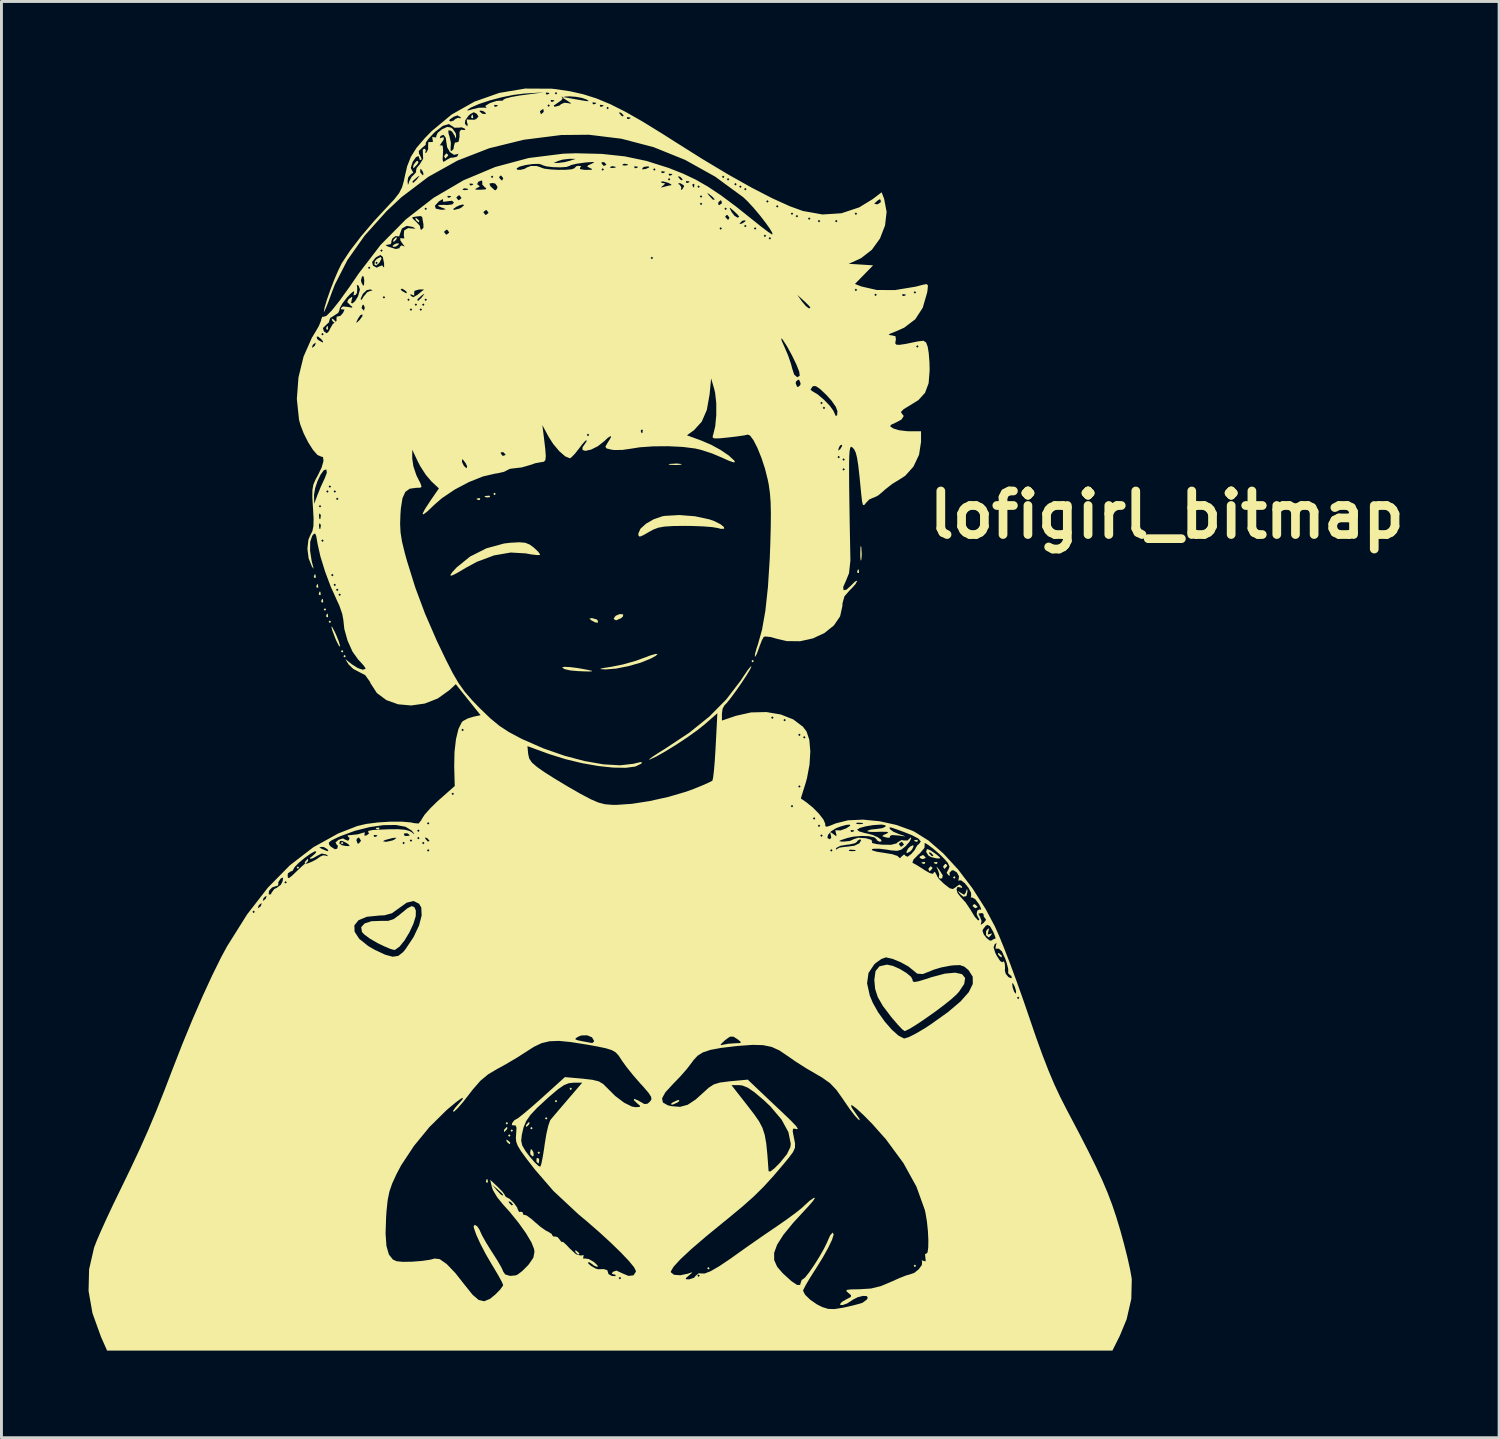
<source format=kicad_pcb>
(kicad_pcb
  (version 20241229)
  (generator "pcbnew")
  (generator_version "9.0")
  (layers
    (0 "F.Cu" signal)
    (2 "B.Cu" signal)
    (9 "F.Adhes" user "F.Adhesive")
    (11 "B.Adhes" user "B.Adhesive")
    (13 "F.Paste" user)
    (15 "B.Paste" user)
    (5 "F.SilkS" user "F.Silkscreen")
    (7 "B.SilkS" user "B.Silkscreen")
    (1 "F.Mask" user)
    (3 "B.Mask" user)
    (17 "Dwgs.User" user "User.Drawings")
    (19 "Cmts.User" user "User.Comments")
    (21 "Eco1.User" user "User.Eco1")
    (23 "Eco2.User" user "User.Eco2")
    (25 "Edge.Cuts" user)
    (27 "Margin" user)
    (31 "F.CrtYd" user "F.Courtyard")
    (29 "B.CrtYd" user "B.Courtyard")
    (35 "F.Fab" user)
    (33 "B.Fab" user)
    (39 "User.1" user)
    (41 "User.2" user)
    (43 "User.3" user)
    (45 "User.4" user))
  (footprint "lofigirl_bitmap"
    (layer "F.Cu")
    (at 16.735 19.974)
    (property "Reference" "lofigirl_bitmap" (at 20.405 -5.292 0) (layer "F.SilkS") (effects (font (size 1.5 1.5) (thickness 0.3))))
    (attr board_only exclude_from_pos_files exclude_from_bom)
    (fp_poly (pts (xy -9.483 6.858) (xy -9.525 6.9) (xy -9.567 6.858) (xy -9.525 6.816)) (stroke (width 0) (type solid)) (fill yes) (layer "F.SilkS"))
    (fp_poly (pts (xy -8.551 -2.032) (xy -8.594 -1.99) (xy -8.636 -2.032) (xy -8.594 -2.074)) (stroke (width 0) (type solid)) (fill yes) (layer "F.SilkS"))
    (fp_poly (pts (xy -8.382 -1.609) (xy -8.424 -1.566) (xy -8.467 -1.609) (xy -8.424 -1.651)) (stroke (width 0) (type solid)) (fill yes) (layer "F.SilkS"))
    (fp_poly (pts (xy -7.959 -0.593) (xy -8.001 -0.55) (xy -8.043 -0.593) (xy -8.001 -0.635)) (stroke (width 0) (type solid)) (fill yes) (layer "F.SilkS"))
    (fp_poly (pts (xy -7.959 6.011) (xy -8.001 6.054) (xy -8.043 6.011) (xy -8.001 5.969)) (stroke (width 0) (type solid)) (fill yes) (layer "F.SilkS"))
    (fp_poly (pts (xy -7.874 -0.423) (xy -7.916 -0.381) (xy -7.959 -0.423) (xy -7.916 -0.466)) (stroke (width 0) (type solid)) (fill yes) (layer "F.SilkS"))
    (fp_poly (pts (xy -2.709 -6.011) (xy -2.752 -5.969) (xy -2.794 -6.011) (xy -2.752 -6.054)) (stroke (width 0) (type solid)) (fill yes) (layer "F.SilkS"))
    (fp_poly (pts (xy -2.286 15.663) (xy -2.328 15.706) (xy -2.371 15.663) (xy -2.328 15.621)) (stroke (width 0) (type solid)) (fill yes) (layer "F.SilkS"))
    (fp_poly (pts (xy -2.201 16.087) (xy -2.244 16.129) (xy -2.286 16.087) (xy -2.244 16.044)) (stroke (width 0) (type solid)) (fill yes) (layer "F.SilkS"))
    (fp_poly (pts (xy -2.117 15.917) (xy -2.159 15.96) (xy -2.201 15.917) (xy -2.159 15.875)) (stroke (width 0) (type solid)) (fill yes) (layer "F.SilkS"))
    (fp_poly (pts (xy -1.439 15.833) (xy -1.482 15.875) (xy -1.524 15.833) (xy -1.482 15.79)) (stroke (width 0) (type solid)) (fill yes) (layer "F.SilkS"))
    (fp_poly (pts (xy -1.185 16.679) (xy -1.228 16.722) (xy -1.27 16.679) (xy -1.228 16.637)) (stroke (width 0) (type solid)) (fill yes) (layer "F.SilkS"))
    (fp_poly (pts (xy -0.931 15.494) (xy -0.974 15.536) (xy -1.016 15.494) (xy -0.974 15.452)) (stroke (width 0) (type solid)) (fill yes) (layer "F.SilkS"))
    (fp_poly (pts (xy -0.593 14.901) (xy -0.635 14.944) (xy -0.677 14.901) (xy -0.635 14.859)) (stroke (width 0) (type solid)) (fill yes) (layer "F.SilkS"))
    (fp_poly (pts (xy -0.085 14.478) (xy -0.127 14.52) (xy -0.169 14.478) (xy -0.127 14.436)) (stroke (width 0) (type solid)) (fill yes) (layer "F.SilkS"))
    (fp_poly (pts (xy 4.657 20.659) (xy 4.614 20.701) (xy 4.572 20.659) (xy 4.614 20.616)) (stroke (width 0) (type solid)) (fill yes) (layer "F.SilkS"))
    (fp_poly (pts (xy 6.181 -0.254) (xy 6.138 -0.212) (xy 6.096 -0.254) (xy 6.138 -0.296)) (stroke (width 0) (type solid)) (fill yes) (layer "F.SilkS"))
    (fp_poly (pts (xy 11.769 20.574) (xy 11.726 20.616) (xy 11.684 20.574) (xy 11.726 20.532)) (stroke (width 0) (type solid)) (fill yes) (layer "F.SilkS"))
    (fp_poly (pts (xy 13.123 7.197) (xy 13.081 7.239) (xy 13.039 7.197) (xy 13.081 7.154)) (stroke (width 0) (type solid)) (fill yes) (layer "F.SilkS"))
    (fp_poly (pts (xy -8.918 -3.231) (xy -8.908 -3.131) (xy -8.918 -3.119) (xy -8.969 -3.13) (xy -8.975 -3.175) (xy -8.944 -3.245)) (stroke (width 0) (type solid)) (fill yes) (layer "F.SilkS"))
    (fp_poly (pts (xy -8.834 -2.893) (xy -8.823 -2.792) (xy -8.834 -2.78) (xy -8.884 -2.792) (xy -8.89 -2.836) (xy -8.859 -2.906)) (stroke (width 0) (type solid)) (fill yes) (layer "F.SilkS"))
    (fp_poly (pts (xy -8.749 -2.639) (xy -8.739 -2.538) (xy -8.749 -2.526) (xy -8.799 -2.538) (xy -8.805 -2.582) (xy -8.774 -2.652)) (stroke (width 0) (type solid)) (fill yes) (layer "F.SilkS"))
    (fp_poly (pts (xy -8.664 -2.385) (xy -8.654 -2.284) (xy -8.664 -2.272) (xy -8.715 -2.284) (xy -8.721 -2.328) (xy -8.69 -2.398)) (stroke (width 0) (type solid)) (fill yes) (layer "F.SilkS"))
    (fp_poly (pts (xy -8.495 -11.783) (xy -8.485 -11.682) (xy -8.495 -11.67) (xy -8.545 -11.682) (xy -8.551 -11.726) (xy -8.52 -11.796)) (stroke (width 0) (type solid)) (fill yes) (layer "F.SilkS"))
    (fp_poly (pts (xy -8.495 -1.877) (xy -8.485 -1.776) (xy -8.495 -1.764) (xy -8.545 -1.776) (xy -8.551 -1.82) (xy -8.52 -1.89)) (stroke (width 0) (type solid)) (fill yes) (layer "F.SilkS"))
    (fp_poly (pts (xy -6.717 5.489) (xy -6.729 5.54) (xy -6.773 5.546) (xy -6.843 5.515) (xy -6.83 5.489) (xy -6.729 5.479)) (stroke (width 0) (type solid)) (fill yes) (layer "F.SilkS"))
    (fp_poly (pts (xy -3.5 -19.064) (xy -3.489 -18.964) (xy -3.5 -18.951) (xy -3.55 -18.963) (xy -3.556 -19.008) (xy -3.525 -19.077)) (stroke (width 0) (type solid)) (fill yes) (layer "F.SilkS"))
    (fp_poly (pts (xy -3.246 -5.856) (xy -3.257 -5.806) (xy -3.302 -5.8) (xy -3.372 -5.831) (xy -3.358 -5.856) (xy -3.258 -5.866)) (stroke (width 0) (type solid)) (fill yes) (layer "F.SilkS"))
    (fp_poly (pts (xy -2.992 17.597) (xy -2.981 17.697) (xy -2.992 17.709) (xy -3.042 17.698) (xy -3.048 17.653) (xy -3.017 17.583)) (stroke (width 0) (type solid)) (fill yes) (layer "F.SilkS"))
    (fp_poly (pts (xy -2.902 -5.935) (xy -2.927 -5.897) (xy -3.013 -5.891) (xy -3.103 -5.912) (xy -3.064 -5.942) (xy -2.932 -5.952)) (stroke (width 0) (type solid)) (fill yes) (layer "F.SilkS"))
    (fp_poly (pts (xy 9.793 -3.401) (xy 9.803 -3.3) (xy 9.793 -3.288) (xy 9.743 -3.3) (xy 9.737 -3.344) (xy 9.768 -3.414)) (stroke (width 0) (type solid)) (fill yes) (layer "F.SilkS"))
    (fp_poly (pts (xy 11.825 5.913) (xy 11.813 5.963) (xy 11.769 5.969) (xy 11.699 5.938) (xy 11.712 5.913) (xy 11.813 5.902)) (stroke (width 0) (type solid)) (fill yes) (layer "F.SilkS"))
    (fp_poly (pts (xy 12.079 6.675) (xy 12.067 6.725) (xy 12.023 6.731) (xy 11.953 6.7) (xy 11.966 6.675) (xy 12.067 6.664)) (stroke (width 0) (type solid)) (fill yes) (layer "F.SilkS"))
    (fp_poly (pts (xy 12.502 6.675) (xy 12.491 6.725) (xy 12.446 6.731) (xy 12.376 6.7) (xy 12.39 6.675) (xy 12.49 6.664)) (stroke (width 0) (type solid)) (fill yes) (layer "F.SilkS"))
    (fp_poly (pts (xy -8.31 -12.031) (xy -8.22 -11.946) (xy -8.238 -11.896) (xy -8.25 -11.896) (xy -8.322 -11.956) (xy -8.348 -11.993) (xy -8.358 -12.051)) (stroke (width 0) (type solid)) (fill yes) (layer "F.SilkS"))
    (fp_poly (pts (xy -6.054 -14.604) (xy -6.145 -14.534) (xy -6.242 -14.522) (xy -6.265 -14.554) (xy -6.199 -14.608) (xy -6.134 -14.637) (xy -6.047 -14.643)) (stroke (width 0) (type solid)) (fill yes) (layer "F.SilkS"))
    (fp_poly (pts (xy -5.432 -15.502) (xy -5.341 -15.417) (xy -5.36 -15.368) (xy -5.371 -15.367) (xy -5.443 -15.427) (xy -5.469 -15.465) (xy -5.479 -15.523)) (stroke (width 0) (type solid)) (fill yes) (layer "F.SilkS"))
    (fp_poly (pts (xy -2.299 16.248) (xy -2.208 16.333) (xy -2.227 16.382) (xy -2.239 16.383) (xy -2.31 16.323) (xy -2.336 16.285) (xy -2.346 16.227)) (stroke (width 0) (type solid)) (fill yes) (layer "F.SilkS"))
    (fp_poly (pts (xy -1.222 16.883) (xy -1.214 16.937) (xy -1.232 17.052) (xy -1.293 17.005) (xy -1.309 16.982) (xy -1.304 16.875) (xy -1.285 16.858)) (stroke (width 0) (type solid)) (fill yes) (layer "F.SilkS"))
    (fp_poly (pts (xy 0.072 20.058) (xy 0.162 20.137) (xy 0.169 20.156) (xy 0.129 20.19) (xy 0.045 20.112) (xy 0.034 20.095) (xy 0.024 20.037)) (stroke (width 0) (type solid)) (fill yes) (layer "F.SilkS"))
    (fp_poly (pts (xy 12.029 6.438) (xy 12.104 6.52) (xy 12.018 6.56) (xy 11.975 6.562) (xy 11.888 6.52) (xy 11.897 6.476) (xy 11.998 6.427)) (stroke (width 0) (type solid)) (fill yes) (layer "F.SilkS"))
    (fp_poly (pts (xy 14.634 9.813) (xy 14.725 9.898) (xy 14.706 9.948) (xy 14.695 9.948) (xy 14.623 9.888) (xy 14.597 9.851) (xy 14.587 9.793)) (stroke (width 0) (type solid)) (fill yes) (layer "F.SilkS"))
    (fp_poly (pts (xy -9.171 6.616) (xy -9.186 6.646) (xy -9.266 6.727) (xy -9.281 6.731) (xy -9.287 6.676) (xy -9.271 6.646) (xy -9.191 6.565) (xy -9.176 6.562)) (stroke (width 0) (type solid)) (fill yes) (layer "F.SilkS"))
    (fp_poly (pts (xy -6.123 -14.804) (xy -6.138 -14.774) (xy -6.218 -14.693) (xy -6.233 -14.69) (xy -6.239 -14.744) (xy -6.223 -14.774) (xy -6.143 -14.855) (xy -6.128 -14.859)) (stroke (width 0) (type solid)) (fill yes) (layer "F.SilkS"))
    (fp_poly (pts (xy -5.371 -17.433) (xy -5.419 -17.357) (xy -5.519 -17.252) (xy -5.553 -17.23) (xy -5.554 -17.294) (xy -5.534 -17.357) (xy -5.445 -17.469) (xy -5.399 -17.484)) (stroke (width 0) (type solid)) (fill yes) (layer "F.SilkS"))
    (fp_poly (pts (xy -4.347 -17.686) (xy -4.36 -17.653) (xy -4.436 -17.572) (xy -4.45 -17.568) (xy -4.486 -17.634) (xy -4.487 -17.653) (xy -4.422 -17.734) (xy -4.398 -17.738)) (stroke (width 0) (type solid)) (fill yes) (layer "F.SilkS"))
    (fp_poly (pts (xy -2.313 15.845) (xy -2.328 15.875) (xy -2.408 15.956) (xy -2.423 15.96) (xy -2.429 15.905) (xy -2.413 15.875) (xy -2.333 15.794) (xy -2.318 15.79)) (stroke (width 0) (type solid)) (fill yes) (layer "F.SilkS"))
    (fp_poly (pts (xy -1.551 15.676) (xy -1.566 15.706) (xy -1.646 15.787) (xy -1.661 15.79) (xy -1.667 15.736) (xy -1.651 15.706) (xy -1.571 15.625) (xy -1.556 15.621)) (stroke (width 0) (type solid)) (fill yes) (layer "F.SilkS"))
    (fp_poly (pts (xy -1.436 16.619) (xy -1.409 16.679) (xy -1.407 16.788) (xy -1.442 16.806) (xy -1.515 16.738) (xy -1.524 16.679) (xy -1.506 16.566) (xy -1.491 16.552)) (stroke (width 0) (type solid)) (fill yes) (layer "F.SilkS"))
    (fp_poly (pts (xy 0.762 -1.691) (xy 0.804 -1.651) (xy 0.811 -1.576) (xy 0.71 -1.589) (xy 0.593 -1.651) (xy 0.513 -1.717) (xy 0.59 -1.734) (xy 0.609 -1.734)) (stroke (width 0) (type solid)) (fill yes) (layer "F.SilkS"))
    (fp_poly (pts (xy 3.613 14.897) (xy 3.556 14.944) (xy 3.402 15.015) (xy 3.344 15.026) (xy 3.329 14.991) (xy 3.387 14.944) (xy 3.541 14.872) (xy 3.598 14.862)) (stroke (width 0) (type solid)) (fill yes) (layer "F.SilkS"))
    (fp_poly (pts (xy 3.662 -7.045) (xy 3.702 -7.024) (xy 3.596 -7.011) (xy 3.471 -7.008) (xy 3.288 -7.015) (xy 3.238 -7.032) (xy 3.281 -7.045) (xy 3.528 -7.059)) (stroke (width 0) (type solid)) (fill yes) (layer "F.SilkS"))
    (fp_poly (pts (xy 9.882 -4.169) (xy 9.896 -3.918) (xy 9.881 -3.745) (xy 9.861 -3.711) (xy 9.848 -3.822) (xy 9.846 -3.979) (xy 9.852 -4.171) (xy 9.867 -4.228)) (stroke (width 0) (type solid)) (fill yes) (layer "F.SilkS"))
    (fp_poly (pts (xy 11.684 6.118) (xy 11.626 6.237) (xy 11.557 6.308) (xy 11.455 6.358) (xy 11.43 6.328) (xy 11.488 6.209) (xy 11.557 6.138) (xy 11.659 6.088)) (stroke (width 0) (type solid)) (fill yes) (layer "F.SilkS"))
    (fp_poly (pts (xy 12.332 6.868) (xy 12.319 6.9) (xy 12.243 6.981) (xy 12.229 6.985) (xy 12.193 6.919) (xy 12.192 6.9) (xy 12.257 6.819) (xy 12.282 6.816)) (stroke (width 0) (type solid)) (fill yes) (layer "F.SilkS"))
    (fp_poly (pts (xy 12.84 6.783) (xy 12.827 6.816) (xy 12.751 6.896) (xy 12.737 6.9) (xy 12.701 6.835) (xy 12.7 6.816) (xy 12.765 6.734) (xy 12.79 6.731)) (stroke (width 0) (type solid)) (fill yes) (layer "F.SilkS"))
    (fp_poly (pts (xy 13.801 8.128) (xy 13.881 8.204) (xy 13.885 8.218) (xy 13.82 8.254) (xy 13.801 8.255) (xy 13.719 8.19) (xy 13.716 8.165) (xy 13.768 8.115)) (stroke (width 0) (type solid)) (fill yes) (layer "F.SilkS"))
    (fp_poly (pts (xy 1.679 -1.863) (xy 1.682 -1.86) (xy 1.665 -1.782) (xy 1.606 -1.732) (xy 1.433 -1.657) (xy 1.357 -1.703) (xy 1.355 -1.727) (xy 1.423 -1.817) (xy 1.564 -1.875)) (stroke (width 0) (type solid)) (fill yes) (layer "F.SilkS"))
    (fp_poly (pts (xy 12.494 6.847) (xy 12.568 6.938) (xy 12.686 7.126) (xy 12.667 7.225) (xy 12.601 7.239) (xy 12.543 7.206) (xy 12.556 7.186) (xy 12.565 7.077) (xy 12.523 6.953) (xy 12.467 6.83)) (stroke (width 0) (type solid)) (fill yes) (layer "F.SilkS"))
    (fp_poly (pts (xy -8.344 -1.43) (xy -8.258 -1.267) (xy -8.205 -1.152) (xy -8.115 -0.929) (xy -8.072 -0.779) (xy -8.073 -0.746) (xy -8.121 -0.795) (xy -8.203 -0.959) (xy -8.244 -1.057) (xy -8.341 -1.317) (xy -8.373 -1.444)) (stroke (width 0) (type solid)) (fill yes) (layer "F.SilkS"))
    (fp_poly (pts (xy 13.535 7.65) (xy 13.537 7.679) (xy 13.502 7.839) (xy 13.393 7.861) (xy 13.281 7.767) (xy 13.209 7.668) (xy 13.252 7.688) (xy 13.307 7.73) (xy 13.422 7.794) (xy 13.479 7.719) (xy 13.487 7.688) (xy 13.52 7.588)) (stroke (width 0) (type solid)) (fill yes) (layer "F.SilkS"))
    (fp_poly (pts (xy 14.262 9.038) (xy 14.257 9.052) (xy 14.233 9.163) (xy 14.305 9.146) (xy 14.307 9.145) (xy 14.38 9.122) (xy 14.359 9.173) (xy 14.272 9.265) (xy 14.189 9.198) (xy 14.177 9.179) (xy 14.178 9.048) (xy 14.219 8.988) (xy 14.284 8.945)) (stroke (width 0) (type solid)) (fill yes) (layer "F.SilkS"))
    (fp_poly (pts (xy -6.643 -14.121) (xy -6.719 -13.972) (xy -6.829 -13.879) (xy -6.886 -13.905) (xy -6.881 -13.97) (xy -6.858 -13.97) (xy -6.816 -13.928) (xy -6.773 -13.97) (xy -6.816 -14.012) (xy -6.858 -13.97) (xy -6.881 -13.97) (xy -6.876 -14.023) (xy -6.813 -14.099) (xy -6.68 -14.173)) (stroke (width 0) (type solid)) (fill yes) (layer "F.SilkS"))
    (fp_poly (pts (xy -0.149 -0.048) (xy 0.129 -0.012) (xy 0.445 0.045) (xy 0.593 0.078) (xy 0.616 0.096) (xy 0.512 0.103) (xy 0.326 0.1) (xy 0.1 0.089) (xy -0.124 0.069) (xy -0.148 0.066) (xy -0.335 0.024) (xy -0.423 -0.031) (xy -0.423 -0.036) (xy -0.348 -0.057)) (stroke (width 0) (type solid)) (fill yes) (layer "F.SilkS"))
    (fp_poly (pts (xy 2.866 -0.497) (xy 2.799 -0.436) (xy 2.637 -0.345) (xy 2.29 -0.203) (xy 1.863 -0.081) (xy 1.432 0.004) (xy 1.074 0.032) (xy 1.062 0.032) (xy 0.908 0.023) (xy 0.894 0.007) (xy 1.03 -0.021) (xy 1.267 -0.057) (xy 1.664 -0.137) (xy 2.09 -0.257) (xy 2.321 -0.34) (xy 2.613 -0.449) (xy 2.799 -0.501)) (stroke (width 0) (type solid)) (fill yes) (layer "F.SilkS"))
    (fp_poly (pts (xy 12.276 6.273) (xy 12.442 6.387) (xy 12.446 6.39) (xy 12.586 6.503) (xy 12.595 6.542) (xy 12.479 6.54) (xy 12.466 6.539) (xy 12.277 6.494) (xy 12.191 6.442) (xy 12.123 6.332) (xy 12.206 6.332) (xy 12.226 6.379) (xy 12.311 6.47) (xy 12.361 6.451) (xy 12.361 6.44) (xy 12.301 6.368) (xy 12.264 6.342) (xy 12.206 6.332) (xy 12.123 6.332) (xy 12.114 6.316) (xy 12.136 6.232) (xy 12.171 6.225)) (stroke (width 0) (type solid)) (fill yes) (layer "F.SilkS"))
    (fp_poly (pts (xy -1.694 -4.33) (xy -1.541 -4.268) (xy -1.397 -4.162) (xy -1.246 -4.02) (xy -1.182 -3.925) (xy -1.185 -3.911) (xy -1.285 -3.905) (xy -1.496 -3.93) (xy -1.678 -3.964) (xy -2.194 -3.994) (xy -2.768 -3.895) (xy -3.36 -3.674) (xy -3.738 -3.469) (xy -4.05 -3.284) (xy -4.229 -3.198) (xy -4.279 -3.21) (xy -4.204 -3.321) (xy -4.059 -3.479) (xy -3.595 -3.855) (xy -3.031 -4.139) (xy -2.426 -4.304) (xy -2.214 -4.33) (xy -1.899 -4.347)) (stroke (width 0) (type solid)) (fill yes) (layer "F.SilkS"))
    (fp_poly (pts (xy -5.513 8.223) (xy -5.463 8.333) (xy -5.465 8.528) (xy -5.547 8.794) (xy -5.683 9.087) (xy -5.85 9.364) (xy -6.023 9.579) (xy -6.177 9.689) (xy -6.212 9.694) (xy -6.341 9.658) (xy -6.565 9.563) (xy -6.775 9.461) (xy -7.035 9.311) (xy -7.238 9.163) (xy -7.319 9.076) (xy -7.344 8.909) (xy -7.226 8.781) (xy -6.99 8.705) (xy -6.682 8.694) (xy -6.418 8.694) (xy -6.222 8.629) (xy -6.007 8.469) (xy -5.98 8.445) (xy -5.748 8.256) (xy -5.602 8.184)) (stroke (width 0) (type solid)) (fill yes) (layer "F.SilkS"))
    (fp_poly (pts (xy 4.156 -5.242) (xy 4.653 -5.134) (xy 4.805 -5.08) (xy 5.026 -4.971) (xy 5.147 -4.874) (xy 5.157 -4.813) (xy 5.044 -4.809) (xy 4.932 -4.838) (xy 4.75 -4.869) (xy 4.447 -4.893) (xy 4.072 -4.908) (xy 3.81 -4.911) (xy 3.39 -4.906) (xy 3.095 -4.887) (xy 2.883 -4.848) (xy 2.71 -4.781) (xy 2.599 -4.72) (xy 2.371 -4.59) (xy 2.253 -4.541) (xy 2.208 -4.568) (xy 2.201 -4.649) (xy 2.276 -4.815) (xy 2.469 -4.989) (xy 2.736 -5.142) (xy 3.03 -5.242) (xy 3.1 -5.255) (xy 3.611 -5.285)) (stroke (width 0) (type solid)) (fill yes) (layer "F.SilkS"))
    (fp_poly (pts (xy 10.969 10.244) (xy 11.206 10.349) (xy 11.432 10.485) (xy 11.594 10.621) (xy 11.642 10.711) (xy 11.654 10.776) (xy 11.711 10.799) (xy 11.845 10.775) (xy 12.088 10.702) (xy 12.294 10.634) (xy 12.759 10.51) (xy 13.114 10.477) (xy 13.349 10.529) (xy 13.456 10.66) (xy 13.425 10.863) (xy 13.247 11.131) (xy 13.152 11.235) (xy 12.973 11.397) (xy 12.715 11.603) (xy 12.409 11.832) (xy 12.09 12.057) (xy 11.793 12.257) (xy 11.55 12.407) (xy 11.396 12.483) (xy 11.371 12.488) (xy 11.289 12.427) (xy 11.134 12.264) (xy 10.937 12.034) (xy 10.904 11.994) (xy 10.622 11.621) (xy 10.446 11.315) (xy 10.356 11.032) (xy 10.329 10.727) (xy 10.329 10.722) (xy 10.37 10.424) (xy 10.505 10.258) (xy 10.751 10.203) (xy 10.774 10.202)) (stroke (width 0) (type solid)) (fill yes) (layer "F.SilkS"))
    (fp_poly (pts (xy -0.78 -19.969) (xy -0.635 -19.953) (xy -0.145 -19.879) (xy 0.313 -19.775) (xy 0.766 -19.631) (xy 1.239 -19.434) (xy 1.757 -19.173) (xy 2.345 -18.839) (xy 3.028 -18.418) (xy 3.446 -18.152) (xy 4.412 -17.544) (xy 5.304 -17.01) (xy 6.109 -16.558) (xy 6.817 -16.193) (xy 7.415 -15.922) (xy 7.869 -15.757) (xy 8.546 -15.637) (xy 8.956 -15.663) (xy 9.652 -15.663) (xy 9.694 -15.621) (xy 9.737 -15.663) (xy 9.694 -15.706) (xy 9.652 -15.663) (xy 8.956 -15.663) (xy 9.198 -15.679) (xy 9.811 -15.883) (xy 10.011 -16.006) (xy 10.329 -16.006) (xy 10.398 -15.989) (xy 10.442 -15.988) (xy 10.545 -16.054) (xy 10.555 -16.099) (xy 10.525 -16.166) (xy 10.442 -16.117) (xy 10.345 -16.028) (xy 10.329 -16.006) (xy 10.011 -16.006) (xy 10.276 -16.168) (xy 10.581 -16.401) (xy 10.667 -16.175) (xy 10.752 -15.727) (xy 10.698 -15.258) (xy 10.523 -14.808) (xy 10.243 -14.42) (xy 9.878 -14.136) (xy 9.792 -14.093) (xy 9.446 -13.938) (xy 9.867 -13.912) (xy 10.287 -13.885) (xy 9.974 -13.564) (xy 9.661 -13.243) (xy 9.889 -13.156) (xy 10.418 -13.035) (xy 11.047 -13.034) (xy 11.753 -13.151) (xy 12.007 -13.217) (xy 12.131 -13.241) (xy 12.176 -13.189) (xy 12.16 -13.023) (xy 12.147 -12.944) (xy 11.996 -12.424) (xy 11.738 -12.027) (xy 11.357 -11.737) (xy 11.044 -11.599) (xy 10.858 -11.525) (xy 10.825 -11.487) (xy 10.911 -11.476) (xy 11.056 -11.445) (xy 11.073 -11.329) (xy 11.064 -11.293) (xy 11.049 -11.203) (xy 11.082 -11.155) (xy 11.189 -11.146) (xy 11.4 -11.177) (xy 11.742 -11.247) (xy 11.828 -11.265) (xy 12.019 -11.289) (xy 12.114 -11.225) (xy 12.167 -11.08) (xy 12.202 -10.867) (xy 12.227 -10.558) (xy 12.234 -10.272) (xy 12.199 -9.826) (xy 12.077 -9.497) (xy 11.846 -9.242) (xy 11.527 -9.045) (xy 11.337 -8.93) (xy 11.249 -8.838) (xy 11.257 -8.807) (xy 11.342 -8.696) (xy 11.263 -8.574) (xy 11.078 -8.473) (xy 10.905 -8.394) (xy 10.874 -8.34) (xy 10.969 -8.275) (xy 10.987 -8.265) (xy 11.181 -8.206) (xy 11.453 -8.173) (xy 11.551 -8.17) (xy 11.938 -8.17) (xy 11.938 -7.807) (xy 11.869 -7.361) (xy 11.678 -6.955) (xy 11.394 -6.637) (xy 11.218 -6.523) (xy 10.944 -6.355) (xy 10.694 -6.159) (xy 10.65 -6.117) (xy 10.471 -5.965) (xy 10.318 -5.887) (xy 10.296 -5.884) (xy 10.154 -5.821) (xy 10.045 -5.707) (xy 9.979 -5.627) (xy 9.936 -5.635) (xy 9.906 -5.756) (xy 9.877 -6.014) (xy 9.868 -6.109) (xy 9.817 -6.629) (xy 9.774 -7.006) (xy 9.732 -7.267) (xy 9.687 -7.439) (xy 9.634 -7.548) (xy 9.581 -7.607) (xy 9.546 -7.633) (xy 9.518 -7.631) (xy 9.495 -7.588) (xy 9.478 -7.491) (xy 9.466 -7.326) (xy 9.46 -7.079) (xy 9.459 -6.737) (xy 9.462 -6.286) (xy 9.47 -5.712) (xy 9.481 -5.002) (xy 9.497 -4.142) (xy 9.505 -3.722) (xy 9.458 -3.283) (xy 9.354 -3.026) (xy 9.257 -2.807) (xy 9.268 -2.697) (xy 9.37 -2.713) (xy 9.532 -2.862) (xy 9.662 -2.993) (xy 9.732 -3.024) (xy 9.737 -3.011) (xy 9.678 -2.903) (xy 9.534 -2.743) (xy 9.483 -2.696) (xy 9.299 -2.483) (xy 9.232 -2.243) (xy 9.229 -2.152) (xy 9.15 -1.795) (xy 8.935 -1.481) (xy 8.612 -1.222) (xy 8.214 -1.036) (xy 7.771 -0.938) (xy 7.312 -0.943) (xy 6.996 -1.016) (xy 6.75 -1.084) (xy 6.571 -1.102) (xy 6.519 -1.086) (xy 6.454 -0.966) (xy 6.372 -0.754) (xy 6.352 -0.693) (xy 6.28 -0.499) (xy 6.225 -0.405) (xy 6.214 -0.404) (xy 6.219 -0.497) (xy 6.273 -0.693) (xy 6.314 -0.812) (xy 6.46 -1.329) (xy 6.577 -1.993) (xy 6.665 -2.811) (xy 6.727 -3.788) (xy 6.744 -4.233) (xy 6.761 -4.854) (xy 6.766 -5.34) (xy 6.757 -5.725) (xy 6.733 -6.043) (xy 6.693 -6.328) (xy 6.659 -6.501) (xy 6.569 -6.858) (xy 9.229 -6.858) (xy 9.271 -6.816) (xy 9.313 -6.858) (xy 9.271 -6.9) (xy 9.229 -6.858) (xy 6.569 -6.858) (xy 6.562 -6.886) (xy 6.46 -7.197) (xy 9.229 -7.197) (xy 9.271 -7.154) (xy 9.313 -7.197) (xy 9.271 -7.239) (xy 9.229 -7.197) (xy 6.46 -7.197) (xy 6.438 -7.263) (xy 6.43 -7.281) (xy 9.059 -7.281) (xy 9.102 -7.239) (xy 9.144 -7.281) (xy 9.102 -7.324) (xy 9.059 -7.281) (xy 6.43 -7.281) (xy 6.34 -7.504) (xy 9.081 -7.504) (xy 9.143 -7.544) (xy 9.155 -7.555) (xy 9.221 -7.666) (xy 9.212 -7.707) (xy 9.149 -7.681) (xy 9.107 -7.602) (xy 9.081 -7.504) (xy 6.34 -7.504) (xy 6.301 -7.6) (xy 6.165 -7.865) (xy 6.046 -8.025) (xy 5.968 -8.055) (xy 5.839 -8.027) (xy 5.595 -7.992) (xy 5.293 -7.956) (xy 4.99 -7.926) (xy 4.824 -7.924) (xy 4.76 -7.955) (xy 4.768 -8.025) (xy 4.779 -8.053) (xy 4.849 -8.34) (xy 4.885 -8.723) (xy 4.885 -8.975) (xy 8.551 -8.975) (xy 8.594 -8.932) (xy 8.636 -8.975) (xy 8.594 -9.017) (xy 8.551 -8.975) (xy 4.885 -8.975) (xy 4.885 -9.13) (xy 4.884 -9.144) (xy 8.467 -9.144) (xy 8.509 -9.102) (xy 8.551 -9.144) (xy 8.509 -9.186) (xy 8.467 -9.144) (xy 4.884 -9.144) (xy 4.846 -9.49) (xy 4.821 -9.598) (xy 8.131 -9.598) (xy 8.2 -9.547) (xy 8.376 -9.441) (xy 8.591 -9.26) (xy 8.79 -9.055) (xy 8.918 -8.879) (xy 8.934 -8.842) (xy 9 -8.697) (xy 9.046 -8.718) (xy 9.059 -8.859) (xy 9.001 -9.014) (xy 8.848 -9.233) (xy 8.675 -9.423) (xy 8.455 -9.631) (xy 8.314 -9.726) (xy 8.222 -9.724) (xy 8.189 -9.698) (xy 8.131 -9.598) (xy 4.821 -9.598) (xy 4.819 -9.61) (xy 4.757 -9.821) (xy 7.62 -9.821) (xy 7.666 -9.709) (xy 7.705 -9.694) (xy 7.78 -9.763) (xy 7.789 -9.821) (xy 7.744 -9.934) (xy 7.705 -9.948) (xy 7.63 -9.88) (xy 7.62 -9.821) (xy 4.757 -9.821) (xy 4.708 -9.991) (xy 4.655 -9.44) (xy 4.559 -8.903) (xy 4.384 -8.5) (xy 4.122 -8.211) (xy 4.099 -8.194) (xy 3.875 -8.031) (xy 4.378 -7.847) (xy 4.715 -7.702) (xy 5.042 -7.522) (xy 5.316 -7.335) (xy 5.495 -7.169) (xy 5.531 -7.11) (xy 5.483 -7.099) (xy 5.32 -7.155) (xy 5.091 -7.258) (xy 4.741 -7.406) (xy 4.362 -7.529) (xy 4.158 -7.577) (xy 3.733 -7.631) (xy 3.23 -7.655) (xy 2.714 -7.651) (xy 2.248 -7.618) (xy 1.947 -7.57) (xy 1.645 -7.527) (xy 1.358 -7.525) (xy 1.289 -7.534) (xy 1.107 -7.578) (xy 1.065 -7.639) (xy 1.136 -7.762) (xy 1.141 -7.77) (xy 1.253 -7.952) (xy 1.252 -8.01) (xy 1.146 -7.941) (xy 1.027 -7.829) (xy 0.809 -7.657) (xy 0.575 -7.539) (xy 0.375 -7.495) (xy 0.277 -7.527) (xy 0.28 -7.622) (xy 0.323 -7.681) (xy 0.412 -7.812) (xy 0.423 -7.861) (xy 0.38 -7.846) (xy 0.268 -7.721) (xy 0.169 -7.59) (xy 0.011 -7.39) (xy -0.115 -7.263) (xy -0.158 -7.239) (xy -0.319 -7.307) (xy -0.522 -7.484) (xy -0.731 -7.732) (xy -0.894 -7.988) (xy -0.923 -8.043) (xy 0.423 -8.043) (xy 0.466 -8.001) (xy 0.508 -8.043) (xy 0.466 -8.086) (xy 0.423 -8.043) (xy -0.923 -8.043) (xy -0.991 -8.17) (xy 2.286 -8.17) (xy 2.317 -8.101) (xy 2.342 -8.114) (xy 2.353 -8.214) (xy 2.342 -8.227) (xy 2.292 -8.215) (xy 2.286 -8.17) (xy -0.991 -8.17) (xy -1.105 -8.382) (xy -1.047 -7.916) (xy -1.003 -7.544) (xy -0.986 -7.309) (xy -1.001 -7.178) (xy -1.05 -7.122) (xy -1.138 -7.107) (xy -1.143 -7.107) (xy -1.346 -7.07) (xy -1.551 -7.001) (xy -1.815 -6.925) (xy -2.033 -6.9) (xy -2.223 -6.877) (xy -2.321 -6.827) (xy -2.427 -6.773) (xy -2.637 -6.725) (xy -2.729 -6.712) (xy -3.15 -6.614) (xy -3.633 -6.421) (xy -4.122 -6.163) (xy -4.562 -5.867) (xy -4.823 -5.641) (xy -5.067 -5.408) (xy -5.203 -5.305) (xy -5.23 -5.332) (xy -5.149 -5.489) (xy -4.961 -5.777) (xy -4.959 -5.78) (xy -4.668 -6.202) (xy -4.927 -6.445) (xy -5.118 -6.669) (xy -5.308 -6.963) (xy -5.384 -7.108) (xy -3.872 -7.108) (xy -3.807 -6.977) (xy -3.724 -6.901) (xy -3.716 -6.9) (xy -3.694 -6.959) (xy -3.743 -7.066) (xy -3.832 -7.184) (xy -3.872 -7.205) (xy -3.872 -7.108) (xy -5.384 -7.108) (xy -5.386 -7.112) (xy -5.529 -7.413) (xy -2.54 -7.413) (xy -2.479 -7.327) (xy -2.455 -7.324) (xy -2.373 -7.353) (xy -2.371 -7.361) (xy -2.43 -7.433) (xy -2.455 -7.451) (xy -2.533 -7.444) (xy -2.54 -7.413) (xy -5.529 -7.413) (xy -5.586 -7.535) (xy -5.587 -7.236) (xy -5.547 -6.963) (xy -5.448 -6.666) (xy -5.419 -6.604) (xy -5.304 -6.378) (xy -5.265 -6.265) (xy -5.305 -6.226) (xy -5.424 -6.223) (xy -5.445 -6.223) (xy -5.672 -6.192) (xy -5.826 -6.081) (xy -5.923 -5.864) (xy -5.978 -5.517) (xy -5.993 -5.314) (xy -6.004 -4.976) (xy -5.989 -4.68) (xy -5.939 -4.371) (xy -5.847 -3.993) (xy -5.765 -3.697) (xy -5.48 -2.783) (xy -5.146 -1.889) (xy -4.743 -0.96) (xy -4.425 -0.297) (xy -4.193 0.158) (xy -3.988 0.508) (xy -3.775 0.805) (xy -3.516 1.103) (xy -3.264 1.364) (xy -2.901 1.714) (xy -2.584 1.976) (xy -2.254 2.192) (xy -1.852 2.406) (xy -1.778 2.442) (xy -1.068 2.753) (xy -0.348 3.004) (xy 0.351 3.189) (xy 1 3.302) (xy 1.569 3.335) (xy 2.03 3.283) (xy 2.067 3.273) (xy 2.269 3.225) (xy 2.331 3.235) (xy 2.3 3.28) (xy 2.1 3.377) (xy 1.769 3.421) (xy 1.334 3.414) (xy 0.825 3.36) (xy 0.269 3.263) (xy -0.306 3.124) (xy -0.871 2.948) (xy -0.947 2.92) (xy -1.619 2.675) (xy -1.593 2.946) (xy -1.557 3.103) (xy -1.463 3.242) (xy -1.28 3.399) (xy -1.016 3.582) (xy -0.669 3.802) (xy -0.253 4.052) (xy 0.153 4.285) (xy 0.22 4.323) (xy 0.569 4.507) (xy 0.829 4.619) (xy 1.057 4.677) (xy 1.309 4.697) (xy 1.448 4.698) (xy 1.976 4.662) (xy 2.593 4.566) (xy 3.236 4.423) (xy 3.84 4.246) (xy 4.107 4.149) (xy 4.316 4.064) (xy 7.705 4.064) (xy 7.747 4.106) (xy 7.789 4.064) (xy 7.747 4.022) (xy 7.705 4.064) (xy 4.316 4.064) (xy 4.4 4.03) (xy 4.627 3.929) (xy 4.747 3.868) (xy 4.752 3.863) (xy 4.776 3.763) (xy 4.804 3.527) (xy 4.833 3.188) (xy 4.859 2.778) (xy 4.864 2.676) (xy 4.88 2.371) (xy 7.874 2.371) (xy 7.916 2.413) (xy 7.959 2.371) (xy 7.916 2.328) (xy 7.874 2.371) (xy 4.88 2.371) (xy 4.885 2.286) (xy 7.705 2.286) (xy 7.747 2.328) (xy 7.789 2.286) (xy 7.747 2.244) (xy 7.705 2.286) (xy 4.885 2.286) (xy 4.923 1.542) (xy 4.492 1.919) (xy 4.229 2.129) (xy 3.888 2.372) (xy 3.512 2.621) (xy 3.143 2.849) (xy 2.822 3.031) (xy 2.591 3.138) (xy 2.582 3.141) (xy 2.576 3.125) (xy 2.692 3.039) (xy 2.91 2.896) (xy 3.107 2.774) (xy 3.949 2.217) (xy 4.648 1.655) (xy 5.232 1.063) (xy 5.725 0.419) (xy 5.834 0.253) (xy 5.973 0.048) (xy 6.068 -0.067) (xy 6.096 -0.072) (xy 6.049 0.034) (xy 5.928 0.235) (xy 5.759 0.492) (xy 5.57 0.763) (xy 5.389 1.01) (xy 5.243 1.193) (xy 5.167 1.269) (xy 5.103 1.385) (xy 5.08 1.558) (xy 5.08 1.794) (xy 5.127 1.778) (xy 7.197 1.778) (xy 7.239 1.82) (xy 7.281 1.778) (xy 7.239 1.736) (xy 7.197 1.778) (xy 5.127 1.778) (xy 5.377 1.693) (xy 6.773 1.693) (xy 6.816 1.736) (xy 6.858 1.693) (xy 6.816 1.651) (xy 6.773 1.693) (xy 5.377 1.693) (xy 5.567 1.629) (xy 6.084 1.513) (xy 6.609 1.501) (xy 7.105 1.584) (xy 7.538 1.755) (xy 7.87 2.006) (xy 7.994 2.17) (xy 8.09 2.456) (xy 8.124 2.852) (xy 8.097 3.31) (xy 8.009 3.781) (xy 7.963 3.945) (xy 7.797 4.477) (xy 7.984 4.605) (xy 8.209 4.787) (xy 8.419 5) (xy 8.574 5.2) (xy 8.636 5.342) (xy 8.636 5.343) (xy 8.642 5.428) (xy 8.689 5.451) (xy 8.818 5.41) (xy 8.962 5.351) (xy 9.705 5.351) (xy 9.821 5.363) (xy 9.942 5.35) (xy 9.927 5.32) (xy 9.754 5.309) (xy 9.716 5.32) (xy 9.705 5.351) (xy 8.962 5.351) (xy 9.004 5.334) (xy 9.424 5.229) (xy 9.943 5.206) (xy 10.514 5.262) (xy 11.093 5.39) (xy 11.634 5.587) (xy 11.707 5.621) (xy 12.194 5.926) (xy 12.704 6.369) (xy 13.216 6.925) (xy 13.708 7.571) (xy 14.16 8.281) (xy 14.481 8.884) (xy 14.624 9.204) (xy 14.806 9.652) (xy 15.015 10.194) (xy 15.238 10.797) (xy 15.462 11.428) (xy 15.623 11.896) (xy 15.886 12.665) (xy 16.116 13.303) (xy 16.325 13.843) (xy 16.525 14.317) (xy 16.731 14.757) (xy 16.954 15.194) (xy 16.956 15.198) (xy 17.361 15.966) (xy 17.693 16.612) (xy 17.964 17.161) (xy 18.185 17.637) (xy 18.367 18.066) (xy 18.521 18.473) (xy 18.659 18.883) (xy 18.791 19.32) (xy 18.799 19.346) (xy 18.929 19.821) (xy 19.045 20.28) (xy 19.134 20.679) (xy 19.188 20.974) (xy 19.196 21.042) (xy 19.18 21.712) (xy 19.019 22.414) (xy 18.784 22.984) (xy 18.529 23.495) (xy 1.216 23.495) (xy -16.096 23.495) (xy -16.309 23.014) (xy -16.6 22.205) (xy -16.735 21.438) (xy -16.716 20.693) (xy -16.545 19.948) (xy -16.542 19.939) (xy -16.454 19.712) (xy -16.347 19.463) (xy -6.505 19.463) (xy -6.475 19.89) (xy -6.391 20.184) (xy -6.252 20.358) (xy -6.124 20.416) (xy -5.908 20.437) (xy -5.596 20.432) (xy -5.258 20.406) (xy -4.965 20.363) (xy -4.817 20.323) (xy -4.641 20.343) (xy -4.401 20.511) (xy -4.101 20.824) (xy -3.766 21.249) (xy -3.508 21.571) (xy -3.298 21.75) (xy -3.107 21.794) (xy -2.907 21.711) (xy -2.718 21.556) (xy -2.555 21.388) (xy -2.463 21.26) (xy -2.455 21.235) (xy -2.497 21.133) (xy -2.571 20.997) (xy 1.524 20.997) (xy 1.566 21.04) (xy 1.609 20.997) (xy 1.566 20.955) (xy 1.524 20.997) (xy -2.571 20.997) (xy -2.609 20.926) (xy -2.771 20.651) (xy -2.846 20.528) (xy -3.053 20.173) (xy -3.237 19.82) (xy -3.379 19.509) (xy -3.46 19.281) (xy -3.471 19.209) (xy -3.432 19.161) (xy -3.347 19.215) (xy -3.268 19.334) (xy -3.255 19.367) (xy -3.181 19.528) (xy -3.04 19.779) (xy -2.859 20.07) (xy -2.826 20.12) (xy -2.651 20.395) (xy -2.521 20.62) (xy -2.458 20.756) (xy -2.455 20.77) (xy -2.384 20.871) (xy -2.217 20.921) (xy -2.024 20.903) (xy -1.96 20.877) (xy -1.8 20.756) (xy -1.611 20.568) (xy -1.568 20.518) (xy -1.415 20.294) (xy -1.377 20.094) (xy -1.39 19.994) (xy -1.481 19.766) (xy -1.667 19.454) (xy -1.923 19.094) (xy -2.225 18.72) (xy -2.462 18.457) (xy -2.545 18.355) (xy -2.272 18.355) (xy -2.252 18.402) (xy -2.167 18.493) (xy -2.117 18.474) (xy -2.117 18.462) (xy -2.177 18.391) (xy -2.214 18.365) (xy -2.272 18.355) (xy -2.545 18.355) (xy -2.657 18.217) (xy -2.801 17.976) (xy -2.842 17.865) (xy -2.862 17.78) (xy -2.836 17.78) (xy -2.675 17.971) (xy -2.525 18.13) (xy -2.46 18.154) (xy -2.455 18.132) (xy -2.512 18.063) (xy -2.646 17.941) (xy -2.836 17.78) (xy -2.862 17.78) (xy -2.902 17.611) (xy -2.64 17.856) (xy -2.483 18.017) (xy -2.4 18.131) (xy -2.396 18.152) (xy -2.358 18.203) (xy -2.236 18.265) (xy -2.088 18.407) (xy -1.974 18.564) (xy -1.947 18.645) (xy -1.903 18.722) (xy -1.863 18.711) (xy -1.786 18.725) (xy -1.778 18.763) (xy -1.749 18.828) (xy -1.729 18.817) (xy -1.645 18.841) (xy -1.485 18.957) (xy -1.372 19.057) (xy -1.162 19.237) (xy -0.977 19.365) (xy -0.914 19.394) (xy -0.787 19.473) (xy -0.762 19.526) (xy -0.711 19.573) (xy -0.683 19.561) (xy -0.583 19.583) (xy -0.516 19.662) (xy -0.446 19.755) (xy -0.426 19.746) (xy -0.376 19.762) (xy -0.251 19.88) (xy -0.165 19.974) (xy 0.054 20.175) (xy 0.217 20.221) (xy 0.23 20.216) (xy 0.322 20.207) (xy 0.306 20.262) (xy 0.303 20.329) (xy 0.355 20.321) (xy 0.494 20.34) (xy 0.674 20.444) (xy 0.677 20.447) (xy 0.793 20.558) (xy 0.798 20.613) (xy 0.788 20.614) (xy 0.653 20.555) (xy 0.635 20.532) (xy 0.512 20.45) (xy 0.484 20.447) (xy 0.469 20.486) (xy 0.569 20.576) (xy 0.73 20.668) (xy 0.821 20.693) (xy 1.005 20.686) (xy 1.131 20.723) (xy 1.148 20.777) (xy 1.172 20.857) (xy 1.283 20.922) (xy 1.399 20.93) (xy 1.423 20.915) (xy 1.399 20.875) (xy 1.352 20.87) (xy 1.283 20.842) (xy 1.329 20.778) (xy 1.449 20.739) (xy 1.635 20.826) (xy 1.641 20.829) (xy 1.861 20.921) (xy 2.033 20.902) (xy 2.115 20.779) (xy 2.117 20.749) (xy 2.054 20.623) (xy 1.878 20.409) (xy 1.609 20.125) (xy 1.263 19.788) (xy 0.86 19.418) (xy 0.418 19.033) (xy 0.13 18.792) (xy -0.722 17.997) (xy -1.367 17.251) (xy -1.646 16.891) (xy -1.835 16.633) (xy -1.949 16.446) (xy -2.005 16.301) (xy -2.008 16.264) (xy -1.834 16.264) (xy -1.798 16.429) (xy -1.685 16.621) (xy -1.549 16.801) (xy -1.374 17.007) (xy -1.237 17.135) (xy -1.173 17.158) (xy -1.138 17.054) (xy -1.091 16.824) (xy -1.041 16.512) (xy -1.025 16.389) (xy -0.969 16.045) (xy -0.903 15.756) (xy -0.839 15.571) (xy -0.822 15.543) (xy -0.719 15.42) (xy -0.538 15.207) (xy -0.312 14.943) (xy -0.222 14.838) (xy 0.268 14.266) (xy -0.032 14.266) (xy -0.197 14.285) (xy -0.365 14.354) (xy -0.57 14.496) (xy -0.848 14.731) (xy -0.95 14.822) (xy -1.286 15.133) (xy -1.514 15.376) (xy -1.661 15.587) (xy -1.752 15.803) (xy -1.812 16.06) (xy -1.813 16.068) (xy -1.834 16.264) (xy -2.008 16.264) (xy -2.018 16.166) (xy -2.008 16.039) (xy -1.995 15.818) (xy -2.03 15.734) (xy -2.081 15.739) (xy -2.157 15.727) (xy -2.146 15.659) (xy -2.062 15.55) (xy -2.023 15.536) (xy -1.935 15.483) (xy -1.748 15.335) (xy -1.49 15.117) (xy -1.185 14.848) (xy -1.137 14.805) (xy -0.328 14.074) (xy 0.281 14.128) (xy 0.618 14.167) (xy 0.837 14.221) (xy 0.988 14.31) (xy 1.092 14.413) (xy 1.401 14.721) (xy 1.71 14.955) (xy 1.981 15.089) (xy 2.107 15.11) (xy 2.256 15.1) (xy 2.252 15.054) (xy 2.18 14.995) (xy 2.047 14.869) (xy 2.055 14.822) (xy 2.189 14.876) (xy 2.249 14.912) (xy 2.412 15.003) (xy 2.517 14.991) (xy 2.596 14.923) (xy 2.651 14.846) (xy 2.647 14.804) (xy 3.018 14.804) (xy 3.047 14.95) (xy 3.218 15.046) (xy 3.345 15.076) (xy 3.639 15.098) (xy 3.901 15.027) (xy 4.175 14.846) (xy 4.403 14.641) (xy 4.62 14.443) (xy 4.761 14.351) (xy 5.409 14.351) (xy 5.978 15.079) (xy 6.199 15.367) (xy 6.361 15.602) (xy 6.475 15.821) (xy 6.553 16.06) (xy 6.606 16.355) (xy 6.645 16.743) (xy 6.683 17.26) (xy 6.687 17.314) (xy 6.741 17.328) (xy 6.882 17.223) (xy 7.073 17.031) (xy 7.318 16.73) (xy 7.435 16.49) (xy 7.451 16.374) (xy 7.37 15.971) (xy 7.133 15.535) (xy 6.747 15.08) (xy 6.52 14.866) (xy 6.206 14.6) (xy 5.972 14.439) (xy 5.787 14.364) (xy 5.675 14.351) (xy 5.409 14.351) (xy 4.761 14.351) (xy 4.8 14.326) (xy 5.009 14.262) (xy 5.312 14.223) (xy 5.377 14.216) (xy 5.97 14.161) (xy 6.314 14.489) (xy 6.547 14.71) (xy 6.845 14.992) (xy 7.146 15.276) (xy 7.181 15.309) (xy 7.471 15.588) (xy 7.639 15.766) (xy 7.696 15.856) (xy 7.648 15.868) (xy 7.591 15.85) (xy 7.527 15.853) (xy 7.519 15.955) (xy 7.562 16.172) (xy 7.599 16.364) (xy 7.595 16.508) (xy 7.53 16.654) (xy 7.386 16.848) (xy 7.235 17.032) (xy 6.857 17.477) (xy 6.517 17.849) (xy 6.175 18.187) (xy 5.788 18.531) (xy 5.317 18.922) (xy 5.165 19.045) (xy 4.526 19.568) (xy 4.02 20.003) (xy 3.65 20.348) (xy 3.417 20.602) (xy 3.321 20.763) (xy 3.322 20.799) (xy 3.431 20.883) (xy 3.644 20.899) (xy 3.907 20.845) (xy 3.937 20.834) (xy 4.054 20.795) (xy 4.036 20.827) (xy 3.942 20.906) (xy 3.83 21.005) (xy 3.853 21.037) (xy 3.954 21.04) (xy 4.119 20.986) (xy 4.179 20.914) (xy 4.181 20.913) (xy 4.233 20.913) (xy 4.276 20.955) (xy 4.318 20.913) (xy 4.276 20.87) (xy 4.233 20.913) (xy 4.181 20.913) (xy 4.284 20.829) (xy 4.353 20.837) (xy 4.486 20.838) (xy 4.691 20.759) (xy 4.984 20.59) (xy 5.38 20.324) (xy 5.63 20.145) (xy 5.971 19.903) (xy 6.385 19.614) (xy 6.805 19.326) (xy 6.985 19.204) (xy 7.317 18.973) (xy 7.611 18.757) (xy 7.828 18.584) (xy 7.915 18.503) (xy 8.1 18.332) (xy 8.254 18.228) (xy 8.283 18.24) (xy 8.209 18.351) (xy 8.047 18.537) (xy 7.991 18.596) (xy 7.532 19.095) (xy 7.197 19.506) (xy 6.981 19.845) (xy 6.878 20.129) (xy 6.88 20.377) (xy 6.982 20.606) (xy 7.176 20.832) (xy 7.473 21.101) (xy 7.672 21.234) (xy 7.774 21.231) (xy 7.789 21.17) (xy 7.829 21.055) (xy 7.864 21.04) (xy 7.948 20.972) (xy 8.088 20.794) (xy 8.259 20.546) (xy 8.435 20.265) (xy 8.591 19.991) (xy 8.703 19.764) (xy 8.727 19.703) (xy 8.811 19.52) (xy 8.892 19.432) (xy 8.899 19.431) (xy 8.928 19.497) (xy 8.871 19.68) (xy 8.739 19.956) (xy 8.544 20.304) (xy 8.297 20.701) (xy 8.293 20.706) (xy 8.107 20.999) (xy 7.964 21.242) (xy 7.884 21.399) (xy 7.874 21.432) (xy 7.943 21.569) (xy 8.118 21.739) (xy 8.354 21.903) (xy 8.534 21.994) (xy 8.737 22.057) (xy 8.954 22.064) (xy 9.255 22.016) (xy 9.295 22.007) (xy 9.585 21.941) (xy 9.821 21.879) (xy 9.921 21.847) (xy 10.065 21.741) (xy 10.103 21.681) (xy 10.071 21.617) (xy 9.939 21.61) (xy 9.76 21.654) (xy 9.59 21.74) (xy 9.567 21.758) (xy 9.396 21.868) (xy 9.237 21.926) (xy 9.149 21.914) (xy 9.144 21.897) (xy 9.212 21.817) (xy 9.367 21.727) (xy 9.517 21.649) (xy 9.525 21.585) (xy 9.431 21.505) (xy 9.362 21.44) (xy 9.386 21.403) (xy 9.528 21.386) (xy 9.814 21.381) (xy 9.821 21.381) (xy 10.214 21.356) (xy 10.561 21.27) (xy 10.908 21.124) (xy 11.192 20.997) (xy 11.422 20.906) (xy 11.55 20.87) (xy 11.552 20.87) (xy 11.705 20.817) (xy 11.86 20.691) (xy 11.966 20.546) (xy 11.975 20.438) (xy 11.96 20.377) (xy 12.023 20.405) (xy 12.098 20.419) (xy 12.089 20.301) (xy 12.086 20.291) (xy 12.077 20.168) (xy 12.115 20.156) (xy 12.162 20.114) (xy 12.186 19.943) (xy 12.19 19.682) (xy 12.174 19.369) (xy 12.14 19.042) (xy 12.089 18.741) (xy 12.066 18.643) (xy 11.779 17.847) (xy 11.331 17.035) (xy 10.73 16.218) (xy 10.255 15.684) (xy 9.955 15.38) (xy 9.726 15.168) (xy 9.578 15.054) (xy 9.519 15.043) (xy 9.56 15.142) (xy 9.702 15.346) (xy 9.812 15.506) (xy 9.827 15.563) (xy 9.782 15.536) (xy 9.66 15.406) (xy 9.485 15.177) (xy 9.29 14.895) (xy 9.258 14.846) (xy 9.026 14.518) (xy 8.805 14.285) (xy 8.531 14.09) (xy 8.336 13.977) (xy 7.978 13.768) (xy 7.606 13.53) (xy 7.339 13.344) (xy 7.058 13.155) (xy 6.792 13.034) (xy 6.497 12.973) (xy 6.13 12.964) (xy 5.649 12.999) (xy 5.546 13.009) (xy 5.047 13.069) (xy 4.684 13.136) (xy 4.426 13.222) (xy 4.24 13.339) (xy 4.093 13.5) (xy 4.043 13.571) (xy 3.871 13.796) (xy 3.629 14.071) (xy 3.395 14.312) (xy 3.134 14.595) (xy 3.018 14.804) (xy 2.647 14.804) (xy 2.643 14.755) (xy 2.555 14.618) (xy 2.371 14.404) (xy 2.272 14.297) (xy 2.023 14.011) (xy 1.794 13.726) (xy 1.632 13.501) (xy 1.624 13.488) (xy 1.523 13.333) (xy 1.423 13.224) (xy 1.288 13.145) (xy 1.084 13.081) (xy 0.777 13.017) (xy 0.415 12.952) (xy 0.388 12.948) (xy 5.036 12.948) (xy 5.049 12.976) (xy 5.108 12.961) (xy 5.305 12.924) (xy 5.531 12.909) (xy 5.707 12.901) (xy 5.733 12.866) (xy 5.635 12.782) (xy 5.478 12.681) (xy 5.355 12.682) (xy 5.198 12.794) (xy 5.153 12.834) (xy 5.036 12.948) (xy 0.388 12.948) (xy -0.122 12.867) (xy -0.533 12.827) (xy -0.857 12.839) (xy -1.132 12.905) (xy -1.396 13.031) (xy -1.617 13.172) (xy -1.974 13.401) (xy -2.374 13.637) (xy -2.65 13.788) (xy -2.973 13.979) (xy -3.24 14.202) (xy -3.506 14.507) (xy -3.614 14.648) (xy -3.825 14.919) (xy -4.009 15.132) (xy -4.137 15.255) (xy -4.164 15.27) (xy -4.181 15.239) (xy -4.098 15.119) (xy -4.027 15.039) (xy -3.87 14.86) (xy -3.832 14.785) (xy -3.903 14.811) (xy -4.072 14.934) (xy -4.33 15.147) (xy -4.412 15.219) (xy -4.995 15.795) (xy -5.527 16.444) (xy -5.968 17.112) (xy -6.133 17.423) (xy -6.279 17.743) (xy -6.374 18.02) (xy -6.434 18.318) (xy -6.473 18.698) (xy -6.486 18.888) (xy -6.505 19.463) (xy -16.347 19.463) (xy -16.305 19.368) (xy -16.112 18.941) (xy -15.889 18.466) (xy -15.679 18.034) (xy -15.297 17.246) (xy -14.972 16.554) (xy -14.683 15.906) (xy -14.407 15.249) (xy -14.121 14.53) (xy -13.842 13.802) (xy -13.504 12.936) (xy -13.435 12.768) (xy 0.028 12.768) (xy 0.097 12.802) (xy 0.284 12.842) (xy 0.614 12.901) (xy 0.676 12.848) (xy 0.677 12.83) (xy 0.606 12.704) (xy 0.436 12.634) (xy 0.234 12.64) (xy 0.148 12.674) (xy 0.053 12.729) (xy 0.028 12.768) (xy -13.435 12.768) (xy -13.154 12.087) (xy -12.805 11.285) (xy -12.602 10.843) (xy 10.079 10.843) (xy 10.173 11.268) (xy 10.276 11.515) (xy 10.46 11.842) (xy 10.688 12.162) (xy 10.931 12.441) (xy 11.159 12.644) (xy 11.342 12.739) (xy 11.371 12.742) (xy 11.516 12.697) (xy 11.759 12.574) (xy 12.063 12.395) (xy 12.274 12.257) (xy 12.863 11.837) (xy 13.298 11.469) (xy 13.407 11.345) (xy 15.24 11.345) (xy 15.282 11.388) (xy 15.325 11.345) (xy 15.282 11.303) (xy 15.24 11.345) (xy 13.407 11.345) (xy 13.582 11.148) (xy 13.72 10.866) (xy 13.72 10.852) (xy 15.076 10.852) (xy 15.095 10.995) (xy 15.145 11.134) (xy 15.199 11.197) (xy 15.21 11.192) (xy 15.208 11.098) (xy 15.163 10.955) (xy 15.102 10.84) (xy 15.076 10.852) (xy 13.72 10.852) (xy 13.718 10.617) (xy 13.578 10.396) (xy 13.574 10.391) (xy 13.428 10.268) (xy 13.278 10.217) (xy 13.056 10.224) (xy 12.935 10.239) (xy 12.63 10.298) (xy 12.357 10.38) (xy 12.268 10.419) (xy 11.998 10.525) (xy 11.806 10.511) (xy 11.673 10.401) (xy 11.501 10.263) (xy 11.239 10.118) (xy 10.959 10.003) (xy 10.736 9.951) (xy 10.725 9.95) (xy 10.57 10.006) (xy 10.375 10.147) (xy 10.323 10.196) (xy 10.128 10.489) (xy 10.079 10.843) (xy -12.602 10.843) (xy -12.471 10.56) (xy -12.166 9.942) (xy -11.963 9.567) (xy -11.511 8.848) (xy -7.58 8.848) (xy -7.572 9.066) (xy -7.414 9.31) (xy -7.101 9.561) (xy -6.878 9.69) (xy -6.519 9.858) (xy -6.261 9.928) (xy -6.068 9.899) (xy -5.902 9.77) (xy -5.822 9.673) (xy -5.776 9.604) (xy 14.436 9.604) (xy 14.493 9.79) (xy 14.548 9.899) (xy 14.665 10.078) (xy 14.744 10.121) (xy 14.759 10.101) (xy 14.795 10.086) (xy 14.824 10.181) (xy 14.832 10.327) (xy 14.824 10.402) (xy 14.856 10.518) (xy 14.948 10.628) (xy 15.041 10.67) (xy 15.062 10.658) (xy 15.047 10.586) (xy 15.007 10.565) (xy 14.935 10.49) (xy 14.942 10.458) (xy 14.94 10.345) (xy 14.886 10.134) (xy 14.839 9.998) (xy 14.72 9.741) (xy 14.612 9.647) (xy 14.577 9.651) (xy 14.498 9.646) (xy 14.516 9.547) (xy 14.539 9.452) (xy 14.477 9.493) (xy 14.436 9.604) (xy -5.776 9.604) (xy -5.543 9.254) (xy -5.442 9.042) (xy 14.055 9.042) (xy 14.099 9.163) (xy 14.2 9.29) (xy 14.308 9.373) (xy 14.376 9.366) (xy 14.377 9.362) (xy 14.457 9.308) (xy 14.487 9.319) (xy 14.505 9.284) (xy 14.455 9.139) (xy 14.422 9.067) (xy 14.314 8.878) (xy 14.226 8.829) (xy 14.167 8.86) (xy 14.069 8.988) (xy 14.055 9.042) (xy -5.442 9.042) (xy -5.353 8.856) (xy -5.262 8.507) (xy -5.275 8.234) (xy -5.351 8.103) (xy -5.541 8.008) (xy -5.777 8.066) (xy -6.041 8.255) (xy -6.287 8.431) (xy -6.543 8.501) (xy -6.717 8.509) (xy -7.15 8.552) (xy -7.438 8.671) (xy -7.58 8.848) (xy -11.511 8.848) (xy -11.279 8.478) (xy -11.205 8.382) (xy -11.091 8.382) (xy -11.049 8.424) (xy -11.007 8.382) (xy -11.049 8.34) (xy -11.091 8.382) (xy -11.205 8.382) (xy -11.102 8.249) (xy -10.901 8.249) (xy -10.89 8.255) (xy -10.812 8.195) (xy -10.795 8.17) (xy -10.773 8.091) (xy -10.785 8.086) (xy -10.862 8.145) (xy -10.88 8.17) (xy -10.901 8.249) (xy -11.102 8.249) (xy -10.905 7.995) (xy -10.732 7.995) (xy -10.72 8.001) (xy -10.643 7.941) (xy -10.626 7.916) (xy -10.604 7.837) (xy -10.616 7.832) (xy -10.693 7.891) (xy -10.71 7.916) (xy -10.732 7.995) (xy -10.905 7.995) (xy -10.729 7.767) (xy -10.531 7.767) (xy -10.519 7.784) (xy -10.452 7.776) (xy -10.431 7.721) (xy -10.336 7.595) (xy -10.253 7.555) (xy -10.112 7.449) (xy -10.07 7.366) (xy -9.991 7.366) (xy -9.948 7.408) (xy -9.906 7.366) (xy -9.948 7.324) (xy -9.991 7.366) (xy -10.07 7.366) (xy -10.052 7.33) (xy -10.033 7.205) (xy -10.091 7.218) (xy -10.123 7.244) (xy -10.202 7.362) (xy -10.196 7.418) (xy -10.219 7.484) (xy -10.272 7.493) (xy -10.415 7.544) (xy -10.518 7.656) (xy -10.531 7.767) (xy -10.729 7.767) (xy -10.56 7.55) (xy -10.129 7.112) (xy -9.878 7.112) (xy -9.871 7.206) (xy -9.831 7.22) (xy -9.728 7.139) (xy -9.549 6.967) (xy -9.385 6.812) (xy -9.285 6.726) (xy -9.271 6.719) (xy -9.209 6.72) (xy -9.112 6.683) (xy 11.64 6.683) (xy 11.66 6.701) (xy 11.791 6.773) (xy 11.994 6.9) (xy 12.062 6.946) (xy 12.242 7.049) (xy 12.349 7.072) (xy 12.361 7.053) (xy 12.4 7.003) (xy 12.425 7.02) (xy 12.487 7.136) (xy 12.488 7.149) (xy 12.547 7.24) (xy 12.695 7.386) (xy 12.75 7.434) (xy 12.925 7.569) (xy 13.033 7.598) (xy 13.129 7.535) (xy 13.142 7.523) (xy 13.259 7.442) (xy 13.338 7.498) (xy 13.356 7.565) (xy 13.312 7.547) (xy 13.198 7.522) (xy 13.159 7.602) (xy 13.196 7.736) (xy 13.3 7.868) (xy 13.475 8.062) (xy 13.645 8.314) (xy 13.672 8.362) (xy 13.793 8.558) (xy 13.896 8.669) (xy 13.922 8.678) (xy 13.947 8.633) (xy 13.909 8.583) (xy 13.853 8.46) (xy 13.855 8.447) (xy 13.913 8.447) (xy 13.962 8.541) (xy 13.967 8.548) (xy 14.023 8.702) (xy 14.003 8.78) (xy 13.993 8.831) (xy 14.09 8.766) (xy 14.178 8.658) (xy 14.148 8.611) (xy 14.091 8.532) (xy 14.101 8.502) (xy 14.076 8.437) (xy 14.007 8.424) (xy 13.913 8.447) (xy 13.855 8.447) (xy 13.874 8.342) (xy 13.953 8.296) (xy 13.991 8.31) (xy 14.011 8.285) (xy 13.953 8.153) (xy 13.924 8.103) (xy 13.803 7.944) (xy 13.702 7.887) (xy 13.687 7.892) (xy 13.646 7.886) (xy 13.664 7.847) (xy 13.66 7.724) (xy 13.574 7.555) (xy 13.447 7.396) (xy 13.321 7.3) (xy 13.258 7.298) (xy 13.209 7.308) (xy 13.226 7.284) (xy 13.247 7.159) (xy 13.171 7.023) (xy 13.05 6.949) (xy 12.996 6.955) (xy 12.915 7.041) (xy 12.925 7.092) (xy 12.927 7.14) (xy 12.878 7.118) (xy 12.819 7.035) (xy 12.878 6.932) (xy 12.921 6.828) (xy 12.862 6.698) (xy 12.734 6.551) (xy 12.554 6.376) (xy 12.364 6.212) (xy 12.196 6.084) (xy 12.081 6.014) (xy 12.051 6.028) (xy 12.063 6.05) (xy 12.056 6.179) (xy 11.901 6.362) (xy 11.845 6.411) (xy 11.678 6.58) (xy 11.64 6.683) (xy -9.112 6.683) (xy -9.064 6.665) (xy -8.902 6.583) (xy -8.786 6.505) (xy -8.769 6.486) (xy -8.655 6.435) (xy -8.57 6.446) (xy -8.477 6.468) (xy -8.535 6.415) (xy -8.546 6.407) (xy -8.704 6.373) (xy -8.84 6.441) (xy -9.006 6.534) (xy -9.099 6.559) (xy -9.111 6.524) (xy -9.038 6.47) (xy -8.916 6.362) (xy -8.89 6.3) (xy -8.95 6.301) (xy -9.105 6.39) (xy -9.292 6.524) (xy -9.502 6.7) (xy -9.64 6.842) (xy -9.673 6.909) (xy -9.719 6.978) (xy -9.765 6.985) (xy -9.865 7.053) (xy -9.878 7.112) (xy -10.129 7.112) (xy -9.8 6.778) (xy -8.997 6.16) (xy -8.787 6.16) (xy -8.717 6.206) (xy -8.678 6.223) (xy -8.518 6.289) (xy -8.476 6.287) (xy -8.487 6.265) (xy -5.08 6.265) (xy -5.038 6.308) (xy -4.995 6.265) (xy 8.805 6.265) (xy 8.848 6.308) (xy 8.873 6.282) (xy 9.451 6.282) (xy 9.567 6.294) (xy 9.688 6.281) (xy 9.673 6.252) (xy 9.5 6.24) (xy 9.461 6.252) (xy 9.451 6.282) (xy 8.873 6.282) (xy 8.89 6.265) (xy 8.848 6.223) (xy 8.805 6.265) (xy -4.995 6.265) (xy -5.038 6.223) (xy -5.08 6.265) (xy -8.487 6.265) (xy -8.509 6.223) (xy -8.629 6.152) (xy -8.704 6.144) (xy -8.787 6.16) (xy -8.997 6.16) (xy -8.993 6.157) (xy -8.702 5.996) (xy -8.46 5.996) (xy -8.448 6.07) (xy -8.393 6.135) (xy -8.251 6.226) (xy -8.171 6.207) (xy -8.17 6.204) (xy 9.009 6.204) (xy 9.013 6.253) (xy 9.03 6.225) (xy 9.135 6.169) (xy 9.34 6.14) (xy 9.395 6.138) (xy 9.642 6.105) (xy 9.811 6.023) (xy 9.821 6.011) (xy 9.878 5.906) (xy 9.832 5.884) (xy 9.741 5.94) (xy 9.737 5.964) (xy 9.661 6.019) (xy 9.472 6.061) (xy 9.383 6.07) (xy 9.153 6.11) (xy 9.021 6.18) (xy 9.009 6.204) (xy -8.17 6.204) (xy -8.144 6.11) (xy -8.189 6.068) (xy -8.214 6.018) (xy -8.104 6.018) (xy -8.01 6.088) (xy -7.87 6.115) (xy -7.742 6.117) (xy -7.766 6.072) (xy -7.842 6.014) (xy -7.99 5.94) (xy -8.065 5.94) (xy -8.104 6.018) (xy -8.214 6.018) (xy -8.228 5.992) (xy -8.129 5.904) (xy -7.971 5.852) (xy -7.914 5.887) (xy -7.809 5.931) (xy -7.798 5.927) (xy -7.507 5.927) (xy -7.468 6.028) (xy -7.43 6.033) (xy -7.413 6.011) (xy -5.927 6.011) (xy -5.884 6.054) (xy -5.842 6.011) (xy -5.249 6.011) (xy -5.207 6.054) (xy -5.165 6.011) (xy -5.207 5.969) (xy -5.249 6.011) (xy -5.842 6.011) (xy -5.884 5.969) (xy -5.927 6.011) (xy -7.413 6.011) (xy -7.363 5.95) (xy -6.596 5.95) (xy -6.507 5.967) (xy -6.47 5.968) (xy -6.283 5.927) (xy -5.673 5.927) (xy -5.63 5.969) (xy -5.588 5.927) (xy -5.63 5.884) (xy -5.673 5.927) (xy -6.283 5.927) (xy -6.263 5.922) (xy -6.181 5.88) (xy -6.144 5.842) (xy -5.419 5.842) (xy -5.376 5.884) (xy -5.334 5.842) (xy -5.352 5.824) (xy -5.151 5.824) (xy -5.13 5.871) (xy -5.045 5.962) (xy -5.003 5.946) (xy 9.116 5.946) (xy 9.188 5.96) (xy 9.275 5.963) (xy 9.489 5.94) (xy 9.624 5.878) (xy 9.775 5.829) (xy 10.029 5.847) (xy 10.03 5.847) (xy 10.22 5.9) (xy 10.258 5.957) (xy 10.241 5.971) (xy 10.256 6.012) (xy 10.409 6.049) (xy 10.593 6.069) (xy 10.907 6.073) (xy 10.981 6.054) (xy 11.176 6.054) (xy 11.24 6.136) (xy 11.261 6.138) (xy 11.343 6.074) (xy 11.345 6.054) (xy 11.281 5.971) (xy 11.261 5.969) (xy 11.178 6.033) (xy 11.176 6.054) (xy 10.981 6.054) (xy 11.089 6.026) (xy 11.142 5.98) (xy 11.273 5.906) (xy 11.342 5.925) (xy 11.473 5.924) (xy 11.523 5.874) (xy 11.585 5.818) (xy 11.598 5.848) (xy 11.542 5.965) (xy 11.406 6.121) (xy 11.397 6.129) (xy 11.258 6.24) (xy 11.114 6.281) (xy 10.899 6.264) (xy 10.768 6.241) (xy 10.504 6.208) (xy 10.302 6.209) (xy 10.24 6.226) (xy 10.262 6.267) (xy 10.418 6.312) (xy 10.657 6.349) (xy 10.942 6.396) (xy 11.127 6.457) (xy 11.177 6.506) (xy 11.214 6.535) (xy 11.268 6.477) (xy 11.356 6.403) (xy 11.399 6.451) (xy 11.476 6.485) (xy 11.605 6.387) (xy 11.723 6.249) (xy 11.761 6.169) (xy 11.816 6.083) (xy 11.867 6.045) (xy 11.929 5.96) (xy 11.85 5.86) (xy 11.62 5.739) (xy 11.341 5.629) (xy 11.059 5.527) (xy 10.906 5.477) (xy 10.85 5.475) (xy 10.86 5.513) (xy 10.879 5.544) (xy 10.989 5.625) (xy 11.187 5.708) (xy 11.201 5.713) (xy 11.366 5.766) (xy 11.383 5.782) (xy 11.243 5.765) (xy 11.146 5.751) (xy 10.939 5.737) (xy 10.866 5.771) (xy 10.871 5.786) (xy 10.848 5.834) (xy 10.736 5.82) (xy 10.607 5.778) (xy 10.637 5.739) (xy 10.715 5.707) (xy 10.812 5.655) (xy 10.765 5.627) (xy 10.564 5.623) (xy 10.372 5.63) (xy 10.175 5.628) (xy 10.085 5.604) (xy 10.088 5.59) (xy 10.204 5.549) (xy 10.406 5.527) (xy 10.408 5.527) (xy 10.6 5.501) (xy 10.711 5.451) (xy 10.714 5.401) (xy 10.585 5.377) (xy 10.567 5.377) (xy 10.297 5.394) (xy 10.034 5.436) (xy 9.83 5.492) (xy 9.738 5.549) (xy 9.737 5.556) (xy 9.811 5.613) (xy 9.998 5.668) (xy 10.074 5.682) (xy 10.27 5.734) (xy 10.444 5.812) (xy 10.558 5.893) (xy 10.579 5.952) (xy 10.509 5.969) (xy 10.419 5.918) (xy 10.414 5.895) (xy 10.339 5.821) (xy 10.145 5.777) (xy 9.882 5.767) (xy 9.599 5.793) (xy 9.398 5.839) (xy 9.182 5.91) (xy 9.116 5.946) (xy -5.003 5.946) (xy -4.996 5.943) (xy -4.995 5.932) (xy -5.055 5.86) (xy -5.084 5.84) (xy 8.713 5.84) (xy 8.803 5.884) (xy 8.846 5.821) (xy 8.829 5.736) (xy 8.806 5.647) (xy 8.732 5.734) (xy 8.713 5.84) (xy -5.084 5.84) (xy -5.093 5.834) (xy -5.151 5.824) (xy -5.352 5.824) (xy -5.376 5.8) (xy -5.419 5.842) (xy -6.144 5.842) (xy -6.133 5.83) (xy -6.231 5.835) (xy -6.308 5.851) (xy -6.527 5.91) (xy -6.596 5.95) (xy -7.363 5.95) (xy -7.354 5.94) (xy -7.353 5.927) (xy -7.418 5.826) (xy -7.43 5.821) (xy -7.497 5.865) (xy -7.507 5.927) (xy -7.798 5.927) (xy -7.774 5.917) (xy -7.744 5.84) (xy -7.793 5.797) (xy -7.818 5.749) (xy -7.696 5.737) (xy -7.462 5.712) (xy -7.331 5.672) (xy -7.219 5.642) (xy -7.23 5.7) (xy -7.232 5.762) (xy -7.152 5.745) (xy -7.15 5.743) (xy -6.914 5.743) (xy -6.903 5.794) (xy -6.858 5.8) (xy -6.788 5.769) (xy -6.802 5.743) (xy -6.902 5.733) (xy -6.914 5.743) (xy -7.15 5.743) (xy -7.096 5.7) (xy -5.875 5.7) (xy -5.85 5.763) (xy -5.796 5.771) (xy -5.685 5.758) (xy -5.684 5.757) (xy 8.467 5.757) (xy 8.509 5.8) (xy 8.551 5.757) (xy 8.509 5.715) (xy 8.467 5.757) (xy -5.684 5.757) (xy -5.673 5.748) (xy -5.736 5.682) (xy -5.844 5.676) (xy -5.875 5.7) (xy -7.096 5.7) (xy -7.07 5.678) (xy -7.107 5.633) (xy -7.095 5.593) (xy -6.952 5.564) (xy -6.882 5.559) (xy -6.404 5.539) (xy -6.066 5.536) (xy -5.837 5.554) (xy -5.689 5.593) (xy -5.612 5.637) (xy -5.512 5.711) (xy -5.524 5.682) (xy -5.561 5.637) (xy 8.803 5.637) (xy 8.806 5.647) (xy 8.811 5.641) (xy 8.867 5.665) (xy 8.918 5.706) (xy 9.021 5.778) (xy 9.024 5.726) (xy 9.005 5.671) (xy 8.988 5.565) (xy 9.036 5.574) (xy 9.167 5.577) (xy 9.175 5.574) (xy 9.511 5.574) (xy 9.523 5.624) (xy 9.567 5.63) (xy 9.637 5.599) (xy 9.624 5.574) (xy 9.523 5.564) (xy 9.511 5.574) (xy 9.175 5.574) (xy 9.36 5.508) (xy 9.368 5.503) (xy 9.497 5.418) (xy 9.49 5.379) (xy 9.376 5.385) (xy 9.181 5.437) (xy 9.014 5.499) (xy 8.841 5.606) (xy 8.811 5.641) (xy 8.803 5.637) (xy -5.561 5.637) (xy -5.602 5.588) (xy -5.419 5.588) (xy -5.376 5.63) (xy -5.334 5.588) (xy -5.376 5.546) (xy -5.419 5.588) (xy -5.602 5.588) (xy -5.61 5.579) (xy -5.82 5.451) (xy -5.997 5.419) (xy 8.382 5.419) (xy 8.424 5.461) (xy 8.467 5.419) (xy 8.424 5.376) (xy 8.382 5.419) (xy -5.997 5.419) (xy -6.153 5.39) (xy -6.576 5.396) (xy -7.057 5.464) (xy -7.564 5.592) (xy -8.067 5.778) (xy -8.139 5.81) (xy -8.365 5.919) (xy -8.46 5.996) (xy -8.702 5.996) (xy -8.134 5.682) (xy -7.479 5.426) (xy -7.169 5.354) (xy -6.773 5.303) (xy -6.346 5.276) (xy -5.946 5.275) (xy -5.628 5.303) (xy -5.525 5.327) (xy -5.367 5.34) (xy -5.362 5.334) (xy -5.08 5.334) (xy -5.038 5.376) (xy -4.995 5.334) (xy -5.038 5.292) (xy -5.08 5.334) (xy -5.362 5.334) (xy -5.272 5.222) (xy -5.257 5.185) (xy -5.244 5.165) (xy 8.213 5.165) (xy 8.255 5.207) (xy 8.297 5.165) (xy 8.255 5.122) (xy 8.213 5.165) (xy -5.244 5.165) (xy -5.159 5.035) (xy -4.967 4.819) (xy -4.888 4.741) (xy 7.451 4.741) (xy 7.493 4.784) (xy 7.535 4.741) (xy 7.493 4.699) (xy 7.451 4.741) (xy -4.888 4.741) (xy -4.719 4.576) (xy -4.652 4.516) (xy -4.427 4.318) (xy -4.233 4.318) (xy -4.191 4.36) (xy -4.149 4.318) (xy -4.191 4.276) (xy -4.233 4.318) (xy -4.427 4.318) (xy -4.123 4.049) (xy -4.141 3.373) (xy -4.131 2.878) (xy -4.08 2.436) (xy -4.003 2.117) (xy -3.895 2.117) (xy -3.852 2.159) (xy -3.81 2.117) (xy -3.852 2.074) (xy -3.895 2.117) (xy -4.003 2.117) (xy -3.994 2.082) (xy -3.88 1.851) (xy -3.842 1.812) (xy -3.674 1.722) (xy -3.478 1.661) (xy -3.232 1.609) (xy -3.66 1.075) (xy -4.087 0.541) (xy -4.309 0.748) (xy -4.71 1.035) (xy -5.159 1.209) (xy -5.623 1.274) (xy -6.073 1.234) (xy -6.476 1.09) (xy -6.804 0.847) (xy -7.024 0.508) (xy -7.042 0.459) (xy -7.208 0.228) (xy -7.395 0.132) (xy -7.619 0.014) (xy -7.778 -0.14) (xy -7.892 -0.323) (xy -7.66 -0.14) (xy -7.46 -0.014) (xy -7.292 0.043) (xy -7.202 0.017) (xy -7.197 -0.007) (xy -7.251 -0.091) (xy -7.388 -0.245) (xy -7.449 -0.307) (xy -7.645 -0.583) (xy -7.813 -0.957) (xy -7.926 -1.361) (xy -7.959 -1.669) (xy -7.997 -1.879) (xy -8.095 -2.16) (xy -8.183 -2.352) (xy -8.267 -2.54) (xy -8.128 -2.54) (xy -8.086 -2.498) (xy -8.043 -2.54) (xy -8.086 -2.582) (xy -8.128 -2.54) (xy -8.267 -2.54) (xy -8.344 -2.709) (xy -8.213 -2.709) (xy -8.17 -2.667) (xy -8.128 -2.709) (xy -8.17 -2.752) (xy -8.213 -2.709) (xy -8.344 -2.709) (xy -8.396 -2.824) (xy -8.416 -2.879) (xy -8.297 -2.879) (xy -8.255 -2.836) (xy -8.213 -2.879) (xy -8.255 -2.921) (xy -8.297 -2.879) (xy -8.416 -2.879) (xy -8.543 -3.217) (xy -8.382 -3.217) (xy -8.34 -3.175) (xy -8.297 -3.217) (xy -8.34 -3.26) (xy -8.382 -3.217) (xy -8.543 -3.217) (xy -8.593 -3.352) (xy -8.752 -3.869) (xy -8.851 -4.31) (xy -8.854 -4.332) (xy -8.866 -4.403) (xy -8.721 -4.403) (xy -8.678 -4.36) (xy -8.636 -4.403) (xy -8.678 -4.445) (xy -8.721 -4.403) (xy -8.866 -4.403) (xy -8.894 -4.563) (xy -8.933 -4.652) (xy -8.99 -4.621) (xy -9.034 -4.565) (xy -9.101 -4.362) (xy -9.105 -4.053) (xy -9.048 -3.688) (xy -9.004 -3.524) (xy -8.983 -3.435) (xy -9.032 -3.496) (xy -9.043 -3.514) (xy -9.155 -3.792) (xy -9.197 -4.124) (xy -9.164 -4.433) (xy -9.098 -4.589) (xy -9.026 -4.73) (xy -8.99 -4.905) (xy -8.99 -4.918) (xy -8.799 -4.918) (xy -8.783 -4.808) (xy -8.754 -4.807) (xy -8.734 -4.92) (xy -8.747 -4.969) (xy -8.785 -5.001) (xy -8.799 -4.918) (xy -8.99 -4.918) (xy -8.984 -5.158) (xy -8.99 -5.256) (xy -8.799 -5.256) (xy -8.783 -5.147) (xy -8.754 -5.145) (xy -8.734 -5.259) (xy -8.747 -5.308) (xy -8.785 -5.34) (xy -8.799 -5.256) (xy -8.99 -5.256) (xy -9.005 -5.534) (xy -9.006 -5.538) (xy -9.009 -5.588) (xy -8.805 -5.588) (xy -8.763 -5.546) (xy -8.721 -5.588) (xy -8.763 -5.63) (xy -8.805 -5.588) (xy -9.009 -5.588) (xy -9.028 -5.903) (xy -9.027 -5.951) (xy -8.969 -5.951) (xy -8.963 -5.673) (xy -8.9 -5.842) (xy -8.213 -5.842) (xy -8.17 -5.8) (xy -8.128 -5.842) (xy -8.17 -5.884) (xy -8.213 -5.842) (xy -8.9 -5.842) (xy -8.851 -5.977) (xy -8.802 -6.096) (xy -8.551 -6.096) (xy -8.509 -6.054) (xy -8.467 -6.096) (xy -8.297 -6.096) (xy -8.255 -6.054) (xy -8.213 -6.096) (xy -8.255 -6.138) (xy -8.297 -6.096) (xy -8.467 -6.096) (xy -8.509 -6.138) (xy -8.551 -6.096) (xy -8.802 -6.096) (xy -8.734 -6.264) (xy -8.733 -6.265) (xy -8.467 -6.265) (xy -8.424 -6.223) (xy -8.382 -6.265) (xy -8.424 -6.308) (xy -8.467 -6.265) (xy -8.733 -6.265) (xy -8.607 -6.537) (xy -8.603 -6.544) (xy -8.528 -6.743) (xy -8.545 -6.853) (xy -8.548 -6.856) (xy -8.636 -6.825) (xy -8.743 -6.676) (xy -8.848 -6.456) (xy -8.931 -6.21) (xy -8.968 -5.986) (xy -8.969 -5.951) (xy -9.027 -5.951) (xy -9.025 -6.152) (xy -8.99 -6.338) (xy -8.914 -6.514) (xy -8.847 -6.634) (xy -8.707 -6.921) (xy -8.643 -7.147) (xy -8.66 -7.281) (xy -8.737 -7.303) (xy -8.854 -7.356) (xy -9.006 -7.531) (xy -9.17 -7.789) (xy -9.323 -8.092) (xy -9.442 -8.401) (xy -9.487 -8.573) (xy -9.561 -9.284) (xy -9.505 -10.025) (xy -9.329 -10.745) (xy -9.192 -11.055) (xy -9.039 -11.055) (xy -9.027 -11.049) (xy -8.95 -11.109) (xy -8.932 -11.134) (xy -8.911 -11.213) (xy -8.922 -11.218) (xy -9 -11.159) (xy -9.017 -11.134) (xy -9.039 -11.055) (xy -9.192 -11.055) (xy -9.042 -11.394) (xy -9.021 -11.427) (xy -8.878 -11.427) (xy -8.862 -11.349) (xy -8.803 -11.3) (xy -8.667 -11.226) (xy -8.658 -11.262) (xy -8.722 -11.347) (xy -8.752 -11.37) (xy 7.117 -11.37) (xy 7.147 -11.267) (xy 7.228 -11.087) (xy 7.36 -10.78) (xy 7.463 -10.477) (xy 7.495 -10.346) (xy 7.568 -10.124) (xy 7.669 -10.034) (xy 7.677 -10.033) (xy 7.76 -10.081) (xy 7.742 -10.223) (xy 7.642 -10.475) (xy 7.49 -10.789) (xy 7.324 -11.091) (xy 11.769 -11.091) (xy 11.811 -11.049) (xy 11.853 -11.091) (xy 11.811 -11.134) (xy 11.769 -11.091) (xy 7.324 -11.091) (xy 7.323 -11.095) (xy 7.175 -11.323) (xy 7.157 -11.345) (xy 7.117 -11.37) (xy -8.752 -11.37) (xy -8.83 -11.432) (xy -8.878 -11.427) (xy -9.021 -11.427) (xy -8.968 -11.515) (xy -8.721 -11.515) (xy -8.678 -11.472) (xy -8.636 -11.515) (xy -8.678 -11.557) (xy -8.721 -11.515) (xy -8.968 -11.515) (xy -8.936 -11.566) (xy -8.843 -11.726) (xy -8.663 -11.726) (xy -8.633 -11.623) (xy -8.614 -11.601) (xy -8.528 -11.544) (xy -8.455 -11.619) (xy -8.411 -11.712) (xy -8.32 -11.868) (xy -8.251 -11.916) (xy -7.518 -11.916) (xy -7.49 -11.918) (xy -7.402 -11.999) (xy -7.305 -12.127) (xy -7.301 -12.197) (xy -7.371 -12.172) (xy -7.454 -12.051) (xy -7.518 -11.916) (xy -8.251 -11.916) (xy -8.242 -11.922) (xy -8.193 -11.974) (xy -8.197 -12.037) (xy -8.185 -12.126) (xy -8.151 -12.121) (xy -8.056 -12.148) (xy -7.969 -12.249) (xy -7.919 -12.358) (xy -7.952 -12.365) (xy -8.035 -12.371) (xy -8.043 -12.408) (xy -8.026 -12.423) (xy -7.331 -12.423) (xy -7.32 -12.398) (xy -7.251 -12.324) (xy -7.24 -12.361) (xy -5.673 -12.361) (xy -5.63 -12.319) (xy -5.588 -12.361) (xy -5.334 -12.361) (xy -5.292 -12.319) (xy -5.249 -12.361) (xy -5.292 -12.404) (xy -5.334 -12.361) (xy -5.588 -12.361) (xy -5.63 -12.404) (xy -5.673 -12.361) (xy -7.24 -12.361) (xy -7.225 -12.411) (xy -7.225 -12.442) (xy -7.262 -12.527) (xy -7.297 -12.521) (xy -7.331 -12.423) (xy -8.026 -12.423) (xy -7.972 -12.47) (xy -7.811 -12.454) (xy -7.658 -12.425) (xy -7.651 -12.454) (xy -7.727 -12.518) (xy -7.739 -12.531) (xy -5.503 -12.531) (xy -5.461 -12.488) (xy -5.419 -12.531) (xy -5.249 -12.531) (xy -5.207 -12.488) (xy -5.165 -12.531) (xy -5.207 -12.573) (xy -5.249 -12.531) (xy -5.419 -12.531) (xy -5.461 -12.573) (xy -5.503 -12.531) (xy -7.739 -12.531) (xy -7.827 -12.62) (xy -7.789 -12.706) (xy -7.746 -12.743) (xy -7.653 -12.806) (xy -7.659 -12.74) (xy -7.669 -12.712) (xy -7.692 -12.588) (xy -7.642 -12.575) (xy -7.553 -12.654) (xy -7.525 -12.7) (xy -5.757 -12.7) (xy -5.715 -12.658) (xy -5.683 -12.69) (xy -5.419 -12.69) (xy -5.377 -12.664) (xy -5.341 -12.7) (xy -5.165 -12.7) (xy -5.122 -12.658) (xy -5.08 -12.7) (xy -5.122 -12.742) (xy -5.165 -12.7) (xy -5.341 -12.7) (xy -5.265 -12.773) (xy -5.239 -12.806) (xy -5.192 -12.869) (xy 7.676 -12.869) (xy 7.838 -12.639) (xy 7.975 -12.477) (xy 8.083 -12.399) (xy 8.128 -12.431) (xy 8.128 -12.431) (xy 8.072 -12.5) (xy 7.934 -12.635) (xy 7.902 -12.664) (xy 7.676 -12.869) (xy 10.329 -12.869) (xy 10.372 -12.827) (xy 10.414 -12.869) (xy 10.4 -12.883) (xy 11.289 -12.883) (xy 11.301 -12.833) (xy 11.345 -12.827) (xy 11.415 -12.858) (xy 11.402 -12.883) (xy 11.301 -12.894) (xy 11.289 -12.883) (xy 10.4 -12.883) (xy 10.372 -12.912) (xy 10.329 -12.869) (xy 7.676 -12.869) (xy -5.192 -12.869) (xy -5.165 -12.906) (xy -5.209 -12.885) (xy -5.271 -12.838) (xy -5.388 -12.733) (xy -5.419 -12.69) (xy -5.683 -12.69) (xy -5.673 -12.7) (xy -5.715 -12.742) (xy -5.757 -12.7) (xy -7.525 -12.7) (xy -7.522 -12.705) (xy -7.36 -12.705) (xy -7.327 -12.7) (xy -7.276 -12.785) (xy -6.604 -12.785) (xy -6.562 -12.742) (xy -6.519 -12.785) (xy -6.562 -12.827) (xy -6.604 -12.785) (xy -7.276 -12.785) (xy -7.263 -12.806) (xy -7.193 -12.892) (xy -5.659 -12.892) (xy -5.635 -12.835) (xy -5.552 -12.786) (xy -5.411 -12.866) (xy -5.389 -12.884) (xy -5.304 -12.954) (xy 11.684 -12.954) (xy 11.726 -12.912) (xy 11.769 -12.954) (xy 11.726 -12.996) (xy 11.684 -12.954) (xy -5.304 -12.954) (xy -5.248 -13) (xy -5.196 -13.039) (xy 9.652 -13.039) (xy 9.694 -12.996) (xy 9.737 -13.039) (xy 9.694 -13.081) (xy 9.652 -13.039) (xy -5.196 -13.039) (xy -5.18 -13.05) (xy -5.231 -13.056) (xy -5.36 -13.051) (xy -5.511 -13.006) (xy -5.52 -12.919) (xy -5.518 -12.842) (xy -5.587 -12.869) (xy -5.659 -12.892) (xy -7.193 -12.892) (xy -7.143 -12.955) (xy -7.036 -13.003) (xy -6.952 -13.019) (xy -7.001 -13.047) (xy -5.986 -13.047) (xy -5.927 -12.996) (xy -5.792 -12.92) (xy -5.774 -12.949) (xy -5.8 -12.996) (xy -5.923 -13.077) (xy -5.953 -13.08) (xy -5.986 -13.047) (xy -7.001 -13.047) (xy -7.02 -13.057) (xy -7.151 -13.032) (xy -7.283 -12.909) (xy -7.358 -12.749) (xy -7.36 -12.705) (xy -7.522 -12.705) (xy -7.46 -12.806) (xy -7.449 -12.832) (xy -7.387 -13.051) (xy -7.432 -13.181) (xy -7.434 -13.183) (xy -7.495 -13.214) (xy -7.481 -13.103) (xy -7.489 -12.936) (xy -7.542 -12.865) (xy -7.611 -12.852) (xy -7.588 -12.961) (xy -7.603 -12.995) (xy -7.703 -12.916) (xy -7.827 -12.785) (xy -7.988 -12.578) (xy -8.081 -12.413) (xy -8.091 -12.351) (xy -8.133 -12.251) (xy -8.273 -12.157) (xy -8.411 -12.071) (xy -8.436 -12.006) (xy -8.454 -11.925) (xy -8.551 -11.835) (xy -8.663 -11.726) (xy -8.843 -11.726) (xy -8.805 -11.791) (xy -8.729 -11.977) (xy -8.721 -12.026) (xy -8.683 -12.117) (xy -8.642 -12.111) (xy -8.54 -12.147) (xy -8.357 -12.33) (xy -8.095 -12.659) (xy -7.754 -13.132) (xy -7.59 -13.371) (xy -7.353 -13.371) (xy -7.338 -13.298) (xy -7.277 -13.179) (xy -7.246 -13.22) (xy -7.239 -13.373) (xy -7.263 -13.505) (xy -7.314 -13.506) (xy -7.353 -13.371) (xy -7.59 -13.371) (xy -7.442 -13.589) (xy -7.28 -13.801) (xy -7.112 -13.801) (xy -7.07 -13.758) (xy -7.027 -13.801) (xy -7.07 -13.843) (xy -7.112 -13.801) (xy -7.28 -13.801) (xy -7.126 -14.001) (xy -6.968 -14.001) (xy -6.942 -13.885) (xy -6.931 -13.871) (xy -6.811 -13.804) (xy -6.728 -13.845) (xy -6.622 -13.885) (xy -6.578 -13.825) (xy -6.555 -13.816) (xy -6.556 -13.943) (xy -6.556 -13.949) (xy -6.593 -14.139) (xy 2.625 -14.139) (xy 2.667 -14.097) (xy 2.709 -14.139) (xy 2.667 -14.182) (xy 2.625 -14.139) (xy -6.593 -14.139) (xy -6.599 -14.175) (xy -6.686 -14.243) (xy -6.831 -14.163) (xy -6.857 -14.14) (xy -6.968 -14.001) (xy -7.126 -14.001) (xy -6.826 -14.393) (xy -6.689 -14.393) (xy -6.646 -14.351) (xy -6.604 -14.393) (xy -6.646 -14.436) (xy -6.689 -14.393) (xy -6.826 -14.393) (xy -6.678 -14.587) (xy -6.507 -14.587) (xy -6.453 -14.547) (xy -6.392 -14.52) (xy -6.156 -14.448) (xy -6.028 -14.474) (xy -6.011 -14.525) (xy -5.956 -14.573) (xy -5.905 -14.555) (xy -5.842 -14.53) (xy -5.901 -14.605) (xy -5.905 -14.61) (xy -5.995 -14.741) (xy -6 -14.825) (xy -5.919 -14.812) (xy -5.918 -14.811) (xy -5.868 -14.817) (xy 6.689 -14.817) (xy 6.731 -14.774) (xy 6.773 -14.817) (xy 6.731 -14.859) (xy 6.689 -14.817) (xy -5.868 -14.817) (xy -5.859 -14.818) (xy -5.874 -14.901) (xy 6.519 -14.901) (xy 6.562 -14.859) (xy 6.604 -14.901) (xy 6.562 -14.944) (xy 6.519 -14.901) (xy -5.874 -14.901) (xy -5.878 -14.923) (xy -5.87 -15.028) (xy -4.487 -15.028) (xy -4.423 -14.946) (xy -4.403 -14.944) (xy -4.32 -15.008) (xy -4.318 -15.028) (xy -4.382 -15.111) (xy -4.403 -15.113) (xy -4.485 -15.049) (xy -4.487 -15.028) (xy -5.87 -15.028) (xy -5.866 -15.085) (xy -5.73 -15.166) (xy -5.524 -15.15) (xy -5.475 -15.15) (xy -5.565 -15.207) (xy -5.776 -15.245) (xy -5.943 -15.153) (xy -6.011 -14.962) (xy -6.011 -14.962) (xy -6.039 -14.877) (xy -6.067 -14.886) (xy -6.165 -14.892) (xy -6.27 -14.811) (xy -6.311 -14.704) (xy -6.302 -14.68) (xy -6.33 -14.616) (xy -6.409 -14.599) (xy -6.507 -14.587) (xy -6.678 -14.587) (xy -6.675 -14.59) (xy -5.808 -15.466) (xy -5.713 -15.54) (xy -5.588 -15.54) (xy -5.563 -15.487) (xy -5.443 -15.375) (xy -5.326 -15.248) (xy -5.309 -15.166) (xy -5.298 -15.117) (xy -5.264 -15.113) (xy -5.225 -15.155) (xy 4.995 -15.155) (xy 5.038 -15.113) (xy 5.08 -15.155) (xy 6.181 -15.155) (xy 6.223 -15.113) (xy 6.265 -15.155) (xy 6.223 -15.198) (xy 6.181 -15.155) (xy 5.08 -15.155) (xy 5.038 -15.198) (xy 4.995 -15.155) (xy -5.225 -15.155) (xy -5.2 -15.183) (xy -5.201 -15.24) (xy 5.842 -15.24) (xy 5.884 -15.198) (xy 5.927 -15.24) (xy 5.884 -15.282) (xy 5.842 -15.24) (xy -5.201 -15.24) (xy -5.201 -15.303) (xy -5.202 -15.306) (xy 5.681 -15.306) (xy 5.766 -15.324) (xy 5.782 -15.33) (xy 5.886 -15.397) (xy 5.887 -15.435) (xy 5.797 -15.426) (xy 5.735 -15.378) (xy 5.681 -15.306) (xy -5.202 -15.306) (xy -5.232 -15.477) (xy -5.243 -15.55) (xy -5.275 -15.569) (xy 5.194 -15.569) (xy 5.207 -15.536) (xy 5.283 -15.456) (xy 5.297 -15.452) (xy 5.333 -15.517) (xy 5.334 -15.536) (xy 5.269 -15.618) (xy 5.244 -15.621) (xy 5.194 -15.569) (xy -5.275 -15.569) (xy -5.298 -15.583) (xy -5.471 -15.564) (xy -5.588 -15.54) (xy -5.713 -15.54) (xy -5.5 -15.706) (xy -3.133 -15.706) (xy -3.068 -15.623) (xy -3.048 -15.621) (xy -2.966 -15.685) (xy -2.963 -15.706) (xy -3.028 -15.788) (xy -3.048 -15.79) (xy -3.13 -15.726) (xy -3.133 -15.706) (xy -5.5 -15.706) (xy -5.337 -15.833) (xy -5.165 -15.833) (xy -5.122 -15.79) (xy -5.08 -15.833) (xy -5.122 -15.875) (xy -5.165 -15.833) (xy -5.337 -15.833) (xy -5.202 -15.938) (xy -4.806 -15.938) (xy -4.777 -15.839) (xy -4.597 -15.799) (xy -4.53 -15.8) (xy -4.434 -15.813) (xy -4.457 -15.827) (xy -4.175 -15.827) (xy -4.154 -15.793) (xy -4.149 -15.793) (xy -3.983 -15.833) (xy 5.165 -15.833) (xy 5.207 -15.79) (xy 5.249 -15.833) (xy 5.231 -15.851) (xy 5.348 -15.851) (xy 5.409 -15.727) (xy 5.508 -15.597) (xy 5.613 -15.528) (xy 5.671 -15.551) (xy 5.673 -15.566) (xy 5.617 -15.636) (xy 5.491 -15.756) (xy 5.366 -15.863) (xy 5.348 -15.851) (xy 5.231 -15.851) (xy 5.207 -15.875) (xy 5.165 -15.833) (xy -3.983 -15.833) (xy -3.966 -15.837) (xy -3.897 -15.872) (xy -3.802 -15.955) (xy -3.836 -15.983) (xy -3.966 -15.95) (xy -4.064 -15.904) (xy -4.175 -15.827) (xy -4.457 -15.827) (xy -4.49 -15.847) (xy -4.572 -15.875) (xy -4.701 -15.932) (xy -4.669 -15.963) (xy -4.48 -15.968) (xy -4.381 -15.962) (xy -4.21 -15.982) (xy -4.191 -16.002) (xy 4.318 -16.002) (xy 4.36 -15.96) (xy 4.403 -16.002) (xy 4.36 -16.044) (xy 4.953 -16.044) (xy 4.96 -15.966) (xy 4.99 -15.96) (xy 5.077 -16.021) (xy 5.08 -16.044) (xy 5.051 -16.127) (xy 5.043 -16.129) (xy 4.97 -16.07) (xy 4.953 -16.044) (xy 4.36 -16.044) (xy 4.318 -16.002) (xy -4.191 -16.002) (xy -4.149 -16.047) (xy -4.218 -16.11) (xy -4.367 -16.092) (xy -4.517 -16.072) (xy -4.531 -16.127) (xy -4.523 -16.14) (xy -4.535 -16.167) (xy -4.649 -16.1) (xy -4.676 -16.08) (xy -4.806 -15.938) (xy -5.202 -15.938) (xy -4.852 -16.21) (xy -4.749 -16.27) (xy -4.374 -16.27) (xy -4.363 -16.22) (xy -4.318 -16.214) (xy -4.064 -16.214) (xy -4 -16.131) (xy -3.979 -16.129) (xy -3.897 -16.193) (xy -3.895 -16.214) (xy -3.928 -16.256) (xy 4.318 -16.256) (xy 4.36 -16.214) (xy 4.403 -16.256) (xy 4.36 -16.298) (xy 4.318 -16.256) (xy -3.928 -16.256) (xy -3.959 -16.296) (xy -3.979 -16.298) (xy -4.062 -16.234) (xy -4.064 -16.214) (xy -4.318 -16.214) (xy -4.248 -16.245) (xy -4.262 -16.27) (xy -4.362 -16.28) (xy -4.374 -16.27) (xy -4.749 -16.27) (xy -4.558 -16.382) (xy 4.578 -16.382) (xy 4.599 -16.339) (xy 4.646 -16.277) (xy 4.769 -16.146) (xy 4.825 -16.146) (xy 4.826 -16.161) (xy 4.768 -16.232) (xy 4.678 -16.309) (xy 4.578 -16.382) (xy -4.558 -16.382) (xy -4.377 -16.488) (xy -3.858 -16.488) (xy -3.775 -16.474) (xy -3.665 -16.49) (xy -3.664 -16.509) (xy -3.428 -16.509) (xy -3.366 -16.49) (xy -3.23 -16.489) (xy -3.057 -16.502) (xy -3.037 -16.539) (xy -3.084 -16.571) (xy -3.176 -16.67) (xy -3.174 -16.701) (xy -2.931 -16.701) (xy -2.895 -16.614) (xy -2.879 -16.595) (xy -2.764 -16.489) (xy -2.713 -16.468) (xy -2.66 -16.537) (xy -2.656 -16.565) (xy 2.974 -16.565) (xy 3.047 -16.578) (xy 3.076 -16.587) (xy 3.259 -16.633) (xy 3.33 -16.642) (xy 3.339 -16.671) (xy 3.294 -16.694) (xy 3.565 -16.694) (xy 3.62 -16.665) (xy 3.684 -16.575) (xy 3.67 -16.532) (xy 3.668 -16.482) (xy 3.714 -16.503) (xy 3.775 -16.604) (xy 3.766 -16.637) (xy 4.064 -16.637) (xy 4.095 -16.567) (xy 4.12 -16.581) (xy 4.122 -16.595) (xy 4.233 -16.595) (xy 4.276 -16.552) (xy 4.318 -16.595) (xy 4.276 -16.637) (xy 4.233 -16.595) (xy 4.122 -16.595) (xy 4.131 -16.681) (xy 4.12 -16.693) (xy 4.07 -16.682) (xy 4.064 -16.637) (xy 3.766 -16.637) (xy 3.764 -16.643) (xy 3.645 -16.714) (xy 3.615 -16.715) (xy 3.565 -16.694) (xy 3.294 -16.694) (xy 3.226 -16.729) (xy 3.059 -16.775) (xy 2.979 -16.766) (xy 3.004 -16.726) (xy 3.055 -16.72) (xy 3.128 -16.703) (xy 3.057 -16.634) (xy 3.048 -16.628) (xy 2.974 -16.565) (xy -2.656 -16.565) (xy -2.653 -16.595) (xy -2.723 -16.698) (xy -2.818 -16.722) (xy -2.931 -16.701) (xy -3.174 -16.701) (xy -3.172 -16.727) (xy -3.178 -16.778) (xy 3.838 -16.778) (xy 3.85 -16.728) (xy 3.895 -16.722) (xy 3.964 -16.753) (xy 3.951 -16.778) (xy 3.851 -16.788) (xy 3.838 -16.778) (xy -3.178 -16.778) (xy -3.181 -16.801) (xy -3.207 -16.806) (xy -3.313 -16.763) (xy -3.351 -16.681) (xy -3.289 -16.631) (xy -3.286 -16.631) (xy -3.261 -16.602) (xy -3.344 -16.555) (xy -3.428 -16.509) (xy -3.664 -16.509) (xy -3.664 -16.519) (xy -3.777 -16.539) (xy -3.826 -16.526) (xy -3.858 -16.488) (xy -4.377 -16.488) (xy -4.027 -16.693) (xy -3.612 -16.693) (xy -3.601 -16.643) (xy -3.556 -16.637) (xy -3.486 -16.668) (xy -3.5 -16.693) (xy -3.6 -16.704) (xy -3.612 -16.693) (xy -4.027 -16.693) (xy -3.82 -16.815) (xy -3.537 -16.933) (xy -2.879 -16.933) (xy -2.836 -16.891) (xy -2.804 -16.924) (xy -2.596 -16.924) (xy -2.582 -16.891) (xy -2.506 -16.81) (xy -2.493 -16.806) (xy -2.469 -16.849) (xy 3.217 -16.849) (xy 3.26 -16.806) (xy 3.302 -16.849) (xy 3.26 -16.891) (xy 3.217 -16.849) (xy -2.469 -16.849) (xy -2.456 -16.872) (xy -2.455 -16.891) (xy -2.504 -16.951) (xy 3.57 -16.951) (xy 3.59 -16.904) (xy 3.675 -16.813) (xy 3.725 -16.832) (xy 3.725 -16.844) (xy 3.665 -16.915) (xy 3.628 -16.941) (xy 3.57 -16.951) (xy -2.504 -16.951) (xy -2.52 -16.972) (xy -2.545 -16.976) (xy -2.596 -16.924) (xy -2.804 -16.924) (xy -2.794 -16.933) (xy -2.836 -16.976) (xy -2.879 -16.933) (xy -3.537 -16.933) (xy -3.301 -17.032) (xy 3.246 -17.032) (xy 3.257 -16.982) (xy 3.302 -16.976) (xy 3.372 -17.007) (xy 3.358 -17.032) (xy 3.258 -17.042) (xy 3.246 -17.032) (xy -3.301 -17.032) (xy -3.099 -17.117) (xy 2.992 -17.117) (xy 3.003 -17.066) (xy 3.048 -17.06) (xy 3.118 -17.091) (xy 3.104 -17.117) (xy 3.004 -17.127) (xy 2.992 -17.117) (xy -3.099 -17.117) (xy -2.842 -17.225) (xy -1.993 -17.225) (xy -1.968 -17.177) (xy -1.852 -17.174) (xy -1.713 -17.21) (xy -1.639 -17.256) (xy -1.501 -17.306) (xy -1.306 -17.307) (xy -1.16 -17.26) (xy -1.153 -17.254) (xy -1.04 -17.215) (xy -0.825 -17.188) (xy -0.561 -17.174) (xy -0.301 -17.176) (xy -0.097 -17.193) (xy -0.002 -17.227) (xy 0 -17.233) (xy 0.07 -17.301) (xy 0.148 -17.313) (xy 0.238 -17.293) (xy 0.191 -17.245) (xy 0.191 -17.2) (xy 0.336 -17.175) (xy 0.403 -17.172) (xy 0.587 -17.176) (xy 0.599 -17.187) (xy 0.931 -17.187) (xy 0.974 -17.145) (xy 1.016 -17.187) (xy 2.709 -17.187) (xy 2.752 -17.145) (xy 2.794 -17.187) (xy 2.752 -17.23) (xy 2.709 -17.187) (xy 1.016 -17.187) (xy 1.015 -17.188) (xy 2.329 -17.188) (xy 2.453 -17.205) (xy 2.462 -17.207) (xy 2.576 -17.257) (xy 2.552 -17.296) (xy 2.398 -17.278) (xy 2.351 -17.244) (xy 2.329 -17.188) (xy 1.015 -17.188) (xy 0.974 -17.23) (xy 0.931 -17.187) (xy 0.599 -17.187) (xy 0.613 -17.201) (xy 0.55 -17.231) (xy 0.511 -17.25) (xy 1.222 -17.25) (xy 1.305 -17.236) (xy 1.415 -17.252) (xy 1.416 -17.281) (xy 1.387 -17.286) (xy 2.06 -17.286) (xy 2.072 -17.236) (xy 2.117 -17.23) (xy 2.186 -17.261) (xy 2.173 -17.286) (xy 2.073 -17.296) (xy 2.06 -17.286) (xy 1.387 -17.286) (xy 1.303 -17.301) (xy 1.254 -17.288) (xy 1.222 -17.25) (xy 0.511 -17.25) (xy 0.441 -17.284) (xy 0.472 -17.33) (xy 0.593 -17.384) (xy 0.631 -17.404) (xy 0.931 -17.404) (xy 0.993 -17.318) (xy 1.016 -17.314) (xy 1.074 -17.335) (xy 1.645 -17.335) (xy 1.729 -17.321) (xy 1.838 -17.337) (xy 1.84 -17.365) (xy 1.726 -17.386) (xy 1.677 -17.372) (xy 1.645 -17.335) (xy 1.074 -17.335) (xy 1.098 -17.343) (xy 1.101 -17.352) (xy 1.041 -17.424) (xy 1.016 -17.441) (xy 0.938 -17.435) (xy 0.931 -17.404) (xy 0.631 -17.404) (xy 0.681 -17.43) (xy 0.636 -17.445) (xy 0.444 -17.433) (xy 0.339 -17.422) (xy 0.075 -17.385) (xy -0.113 -17.34) (xy -0.169 -17.311) (xy -0.276 -17.273) (xy -0.486 -17.26) (xy -0.736 -17.267) (xy -0.962 -17.293) (xy -1.1 -17.335) (xy -1.112 -17.347) (xy -1.223 -17.38) (xy -1.431 -17.375) (xy -1.672 -17.342) (xy -1.881 -17.289) (xy -1.993 -17.225) (xy -1.993 -17.225) (xy -2.842 -17.225) (xy -2.723 -17.274) (xy -2.212 -17.411) (xy -0.72 -17.411) (xy -0.55 -17.413) (xy -0.335 -17.441) (xy -0.169 -17.484) (xy 0.042 -17.551) (xy -0.169 -17.554) (xy -0.409 -17.526) (xy -0.55 -17.484) (xy -0.72 -17.411) (xy -2.212 -17.411) (xy -1.573 -17.582) (xy -0.382 -17.731) (xy 0.054 -17.745) (xy 0.947 -17.723) (xy 1.736 -17.638) (xy 2.478 -17.482) (xy 3.23 -17.245) (xy 3.281 -17.226) (xy 3.747 -17.041) (xy 4.177 -16.837) (xy 4.601 -16.594) (xy 5.053 -16.292) (xy 5.562 -15.913) (xy 6.161 -15.435) (xy 6.167 -15.431) (xy 6.435 -15.216) (xy 6.654 -15.05) (xy 6.79 -14.956) (xy 6.817 -14.944) (xy 6.816 -15.001) (xy 6.726 -15.154) (xy 6.572 -15.37) (xy 6.541 -15.409) (xy 8.382 -15.409) (xy 8.424 -15.367) (xy 8.467 -15.409) (xy 8.975 -15.409) (xy 9.017 -15.367) (xy 9.059 -15.409) (xy 9.017 -15.452) (xy 8.975 -15.409) (xy 8.467 -15.409) (xy 8.424 -15.452) (xy 8.382 -15.409) (xy 6.541 -15.409) (xy 6.475 -15.494) (xy 8.043 -15.494) (xy 8.086 -15.452) (xy 8.128 -15.494) (xy 8.086 -15.536) (xy 8.043 -15.494) (xy 6.475 -15.494) (xy 6.409 -15.579) (xy 7.62 -15.579) (xy 7.662 -15.536) (xy 7.705 -15.579) (xy 7.662 -15.621) (xy 7.62 -15.579) (xy 6.409 -15.579) (xy 6.378 -15.618) (xy 6.34 -15.663) (xy 7.451 -15.663) (xy 7.493 -15.621) (xy 7.535 -15.663) (xy 7.493 -15.706) (xy 7.451 -15.663) (xy 6.34 -15.663) (xy 6.169 -15.867) (xy 6.122 -15.917) (xy 6.943 -15.917) (xy 6.985 -15.875) (xy 7.027 -15.917) (xy 6.985 -15.96) (xy 6.943 -15.917) (xy 6.122 -15.917) (xy 5.968 -16.085) (xy 5.966 -16.087) (xy 6.604 -16.087) (xy 6.646 -16.044) (xy 6.689 -16.087) (xy 6.646 -16.129) (xy 6.604 -16.087) (xy 5.966 -16.087) (xy 5.814 -16.231) (xy 5.433 -16.51) (xy 5.842 -16.51) (xy 5.884 -16.468) (xy 5.927 -16.51) (xy 5.884 -16.552) (xy 5.842 -16.51) (xy 5.433 -16.51) (xy 5.318 -16.595) (xy 5.673 -16.595) (xy 5.715 -16.552) (xy 5.757 -16.595) (xy 5.715 -16.637) (xy 5.673 -16.595) (xy 5.318 -16.595) (xy 5.202 -16.679) (xy 5.503 -16.679) (xy 5.546 -16.637) (xy 5.588 -16.679) (xy 5.546 -16.722) (xy 5.503 -16.679) (xy 5.202 -16.679) (xy 4.972 -16.849) (xy 5.249 -16.849) (xy 5.292 -16.806) (xy 5.334 -16.849) (xy 5.292 -16.891) (xy 5.249 -16.849) (xy 4.972 -16.849) (xy 4.856 -16.933) (xy 5.08 -16.933) (xy 5.122 -16.891) (xy 5.165 -16.933) (xy 5.122 -16.976) (xy 5.08 -16.933) (xy 4.856 -16.933) (xy 4.847 -16.94) (xy 3.812 -17.517) (xy 2.729 -17.955) (xy 1.617 -18.246) (xy 0.499 -18.383) (xy -0.453 -18.374) (xy -1.748 -18.21) (xy -2.938 -17.917) (xy -4.031 -17.492) (xy -5.036 -16.931) (xy -5.962 -16.229) (xy -6.472 -15.75) (xy -7.228 -14.906) (xy -7.82 -14.066) (xy -8.25 -13.226) (xy -8.355 -12.954) (xy -8.47 -12.639) (xy -8.563 -12.407) (xy -8.619 -12.288) (xy -8.631 -12.283) (xy -8.604 -12.439) (xy -8.525 -12.704) (xy -8.41 -13.032) (xy -8.277 -13.378) (xy -8.142 -13.695) (xy -8.023 -13.939) (xy -8.005 -13.97) (xy -7.727 -14.391) (xy -7.349 -14.883) (xy -6.902 -15.409) (xy -6.47 -15.875) (xy -6.206 -16.158) (xy -6.038 -16.374) (xy -5.937 -16.572) (xy -5.876 -16.788) (xy -5.748 -16.788) (xy -5.736 -16.66) (xy -5.714 -16.695) (xy -5.698 -16.754) (xy -5.588 -16.754) (xy -5.547 -16.728) (xy -5.434 -16.837) (xy -5.408 -16.87) (xy -5.335 -16.97) (xy -5.378 -16.949) (xy -5.44 -16.902) (xy -5.557 -16.797) (xy -5.588 -16.754) (xy -5.698 -16.754) (xy -5.696 -16.764) (xy -5.606 -16.937) (xy -5.534 -17.002) (xy -5.452 -17.096) (xy -5.453 -17.1) (xy -5.312 -17.1) (xy -5.295 -17.066) (xy -5.214 -16.978) (xy -5.2 -17.04) (xy -5.22 -17.106) (xy -5.282 -17.199) (xy -5.311 -17.197) (xy -5.312 -17.1) (xy -5.453 -17.1) (xy -5.457 -17.139) (xy -5.434 -17.239) (xy -5.333 -17.357) (xy -5.21 -17.555) (xy -5.218 -17.707) (xy -5.224 -17.867) (xy -5.169 -17.907) (xy -5.114 -17.854) (xy -5.13 -17.809) (xy -5.14 -17.751) (xy -5.098 -17.769) (xy -5.037 -17.888) (xy -5.04 -18.001) (xy -5.039 -18.007) (xy -4.646 -18.007) (xy -4.6 -18.022) (xy -4.538 -18.005) (xy -4.523 -17.845) (xy -4.529 -17.732) (xy -4.54 -17.52) (xy -4.517 -17.447) (xy -4.444 -17.485) (xy -4.416 -17.509) (xy -4.264 -17.592) (xy -4.178 -17.595) (xy -4.055 -17.624) (xy -4.016 -17.67) (xy -3.994 -17.735) (xy -4.019 -17.719) (xy -4.15 -17.692) (xy -4.286 -17.783) (xy -4.383 -17.951) (xy -4.403 -18.074) (xy -4.433 -18.28) (xy -4.508 -18.381) (xy -4.6 -18.348) (xy -4.622 -18.319) (xy -4.633 -18.259) (xy -4.585 -18.28) (xy -4.5 -18.296) (xy -4.503 -18.215) (xy -4.592 -18.083) (xy -4.593 -18.081) (xy -4.646 -18.007) (xy -5.039 -18.007) (xy -5.034 -18.129) (xy -4.954 -18.131) (xy -4.872 -18.136) (xy -4.887 -18.222) (xy -4.897 -18.313) (xy -4.838 -18.296) (xy -4.761 -18.291) (xy -4.76 -18.337) (xy -4.711 -18.449) (xy -4.561 -18.571) (xy -4.559 -18.572) (xy -4.38 -18.654) (xy -4.255 -18.631) (xy -4.199 -18.591) (xy -4.091 -18.437) (xy -4.074 -18.341) (xy -4.087 -18.249) (xy -4.115 -18.321) (xy -4.121 -18.344) (xy -4.215 -18.492) (xy -4.274 -18.53) (xy -4.345 -18.531) (xy -4.337 -18.429) (xy -4.303 -18.324) (xy -4.255 -18.107) (xy -4.264 -17.948) (xy -4.266 -17.84) (xy -4.231 -17.822) (xy -4.165 -17.893) (xy -4.149 -17.997) (xy -4.116 -18.114) (xy -4.064 -18.119) (xy -3.991 -18.143) (xy -3.957 -18.316) (xy -3.958 -18.484) (xy -3.903 -18.558) (xy -3.839 -18.549) (xy -3.759 -18.548) (xy -3.77 -18.589) (xy -3.884 -18.639) (xy -3.979 -18.627) (xy -4.133 -18.625) (xy -4.189 -18.666) (xy -4.325 -18.751) (xy -4.53 -18.691) (xy -4.793 -18.489) (xy -4.868 -18.415) (xy -5.034 -18.233) (xy -5.122 -18.11) (xy -5.121 -18.076) (xy -5.122 -18.037) (xy -5.235 -17.942) (xy -5.362 -17.824) (xy -5.352 -17.72) (xy -5.326 -17.686) (xy -5.266 -17.56) (xy -5.28 -17.51) (xy -5.33 -17.52) (xy -5.334 -17.554) (xy -5.37 -17.65) (xy -5.456 -17.614) (xy -5.561 -17.465) (xy -5.579 -17.428) (xy -5.637 -17.243) (xy -5.591 -17.147) (xy -5.585 -17.143) (xy -5.551 -17.075) (xy -5.623 -17.032) (xy -5.725 -16.917) (xy -5.748 -16.788) (xy -5.876 -16.788) (xy -5.873 -16.799) (xy -5.851 -16.91) (xy -5.762 -17.297) (xy -5.634 -17.622) (xy -5.441 -17.929) (xy -5.155 -18.264) (xy -4.919 -18.507) (xy -4.611 -18.762) (xy -3.773 -18.762) (xy -3.692 -18.672) (xy -3.676 -18.73) (xy -3.7 -18.811) (xy -3.71 -18.912) (xy -3.627 -18.903) (xy -3.445 -18.9) (xy -3.38 -18.927) (xy -3.334 -18.979) (xy 1.806 -18.979) (xy 1.818 -18.929) (xy 1.863 -18.923) (xy 1.932 -18.954) (xy 1.919 -18.979) (xy 1.819 -18.99) (xy 1.806 -18.979) (xy -3.334 -18.979) (xy -3.306 -19.012) (xy -3.367 -19.107) (xy -3.469 -19.159) (xy -3.594 -19.089) (xy -3.652 -19.034) (xy -3.761 -18.88) (xy -3.773 -18.762) (xy -4.611 -18.762) (xy -4.472 -18.878) (xy -4.318 -18.878) (xy -4.263 -18.837) (xy -4.157 -18.873) (xy -4.105 -18.924) (xy -4 -18.969) (xy -3.96 -18.954) (xy -3.909 -18.95) (xy -3.929 -18.995) (xy -4.031 -19.049) (xy -4.154 -19.005) (xy -4.284 -18.92) (xy -4.318 -18.878) (xy -4.472 -18.878) (xy -4.226 -19.082) (xy -3.989 -19.215) (xy -3.267 -19.215) (xy -3.259 -19.176) (xy -3.169 -19.106) (xy -3.071 -19.094) (xy -3.048 -19.126) (xy -3.111 -19.177) (xy -1.185 -19.177) (xy -1.156 -19.095) (xy -1.148 -19.092) (xy -1.076 -19.152) (xy -1.075 -19.153) (xy 1.538 -19.153) (xy 1.558 -19.105) (xy 1.643 -19.015) (xy 1.693 -19.033) (xy 1.693 -19.045) (xy 1.633 -19.117) (xy 1.596 -19.143) (xy 1.538 -19.153) (xy -1.075 -19.153) (xy -1.058 -19.177) (xy -1.065 -19.255) (xy -1.096 -19.262) (xy -1.182 -19.2) (xy -1.185 -19.177) (xy -3.111 -19.177) (xy -3.114 -19.18) (xy -3.179 -19.209) (xy -3.267 -19.215) (xy -3.989 -19.215) (xy -3.939 -19.244) (xy -3.683 -19.244) (xy -3.677 -19.215) (xy -3.549 -19.249) (xy -3.529 -19.256) (xy -3.33 -19.304) (xy 1.101 -19.304) (xy 1.143 -19.262) (xy 1.185 -19.304) (xy 1.143 -19.346) (xy 1.101 -19.304) (xy -3.33 -19.304) (xy -3.291 -19.313) (xy -3.106 -19.316) (xy -3.009 -19.307) (xy -3.043 -19.326) (xy -3.067 -19.378) (xy -3.027 -19.403) (xy -2.766 -19.403) (xy -2.754 -19.352) (xy -2.709 -19.346) (xy -2.64 -19.377) (xy -2.646 -19.389) (xy -0.931 -19.389) (xy -0.889 -19.346) (xy -0.85 -19.385) (xy -0.718 -19.385) (xy -0.691 -19.351) (xy -0.661 -19.349) (xy -0.507 -19.393) (xy -0.497 -19.403) (xy 0.875 -19.403) (xy 0.887 -19.352) (xy 0.931 -19.346) (xy 1.001 -19.377) (xy 0.988 -19.403) (xy 0.887 -19.413) (xy 0.875 -19.403) (xy -0.497 -19.403) (xy -0.464 -19.434) (xy -0.349 -19.485) (xy -0.226 -19.473) (xy -0.115 -19.45) (xy -0.141 -19.484) (xy -0.145 -19.487) (xy 0.621 -19.487) (xy 0.633 -19.437) (xy 0.677 -19.431) (xy 0.747 -19.462) (xy 0.734 -19.487) (xy 0.633 -19.498) (xy 0.621 -19.487) (xy -0.145 -19.487) (xy -0.254 -19.56) (xy -0.4 -19.653) (xy -0.451 -19.57) (xy -0.593 -19.469) (xy -0.718 -19.385) (xy -0.85 -19.385) (xy -0.847 -19.389) (xy -0.889 -19.431) (xy -0.931 -19.389) (xy -2.646 -19.389) (xy -2.653 -19.403) (xy -2.753 -19.413) (xy -2.766 -19.403) (xy -3.027 -19.403) (xy -2.934 -19.461) (xy -2.886 -19.482) (xy -2.681 -19.548) (xy -2.542 -19.557) (xy -2.531 -19.553) (xy -2.459 -19.561) (xy -2.457 -19.572) (xy -0.818 -19.572) (xy -0.807 -19.522) (xy -0.762 -19.516) (xy -0.692 -19.547) (xy -0.706 -19.572) (xy -0.806 -19.582) (xy -0.818 -19.572) (xy -2.457 -19.572) (xy -2.455 -19.584) (xy -2.378 -19.629) (xy -2.171 -19.683) (xy -2.103 -19.695) (xy -0.466 -19.695) (xy -0.4 -19.653) (xy -0.398 -19.657) (xy -0.368 -19.678) (xy -0.169 -19.642) (xy 0.178 -19.58) (xy 0.385 -19.546) (xy 0.477 -19.537) (xy 0.483 -19.553) (xy 0.427 -19.59) (xy 0.415 -19.597) (xy 0.261 -19.652) (xy 0.046 -19.69) (xy -0.173 -19.706) (xy -0.34 -19.696) (xy -0.368 -19.678) (xy -0.466 -19.695) (xy -2.103 -19.695) (xy -1.874 -19.736) (xy -1.757 -19.752) (xy -1.185 -19.826) (xy -0.988 -19.826) (xy -0.976 -19.776) (xy -0.931 -19.77) (xy -0.862 -19.801) (xy -0.868 -19.812) (xy -0.677 -19.812) (xy -0.635 -19.77) (xy -0.593 -19.812) (xy -0.635 -19.854) (xy -0.677 -19.812) (xy -0.868 -19.812) (xy -0.875 -19.826) (xy -0.975 -19.836) (xy -0.988 -19.826) (xy -1.185 -19.826) (xy -1.058 -19.843) (xy -1.721 -19.802) (xy -2.085 -19.758) (xy -2.498 -19.675) (xy -2.913 -19.566) (xy -3.284 -19.443) (xy -3.565 -19.321) (xy -3.683 -19.244) (xy -3.939 -19.244) (xy -3.443 -19.523) (xy -2.592 -19.823) (xy -1.697 -19.974)) (stroke (width 0) (type solid)) (fill yes) (layer "F.SilkS")))
  (gr_rect
    (start -3 -3)
    (end 48.583 46.469)
    (stroke (width 0.1) (type default))
    (fill no)
    (layer "Edge.Cuts")))
</source>
